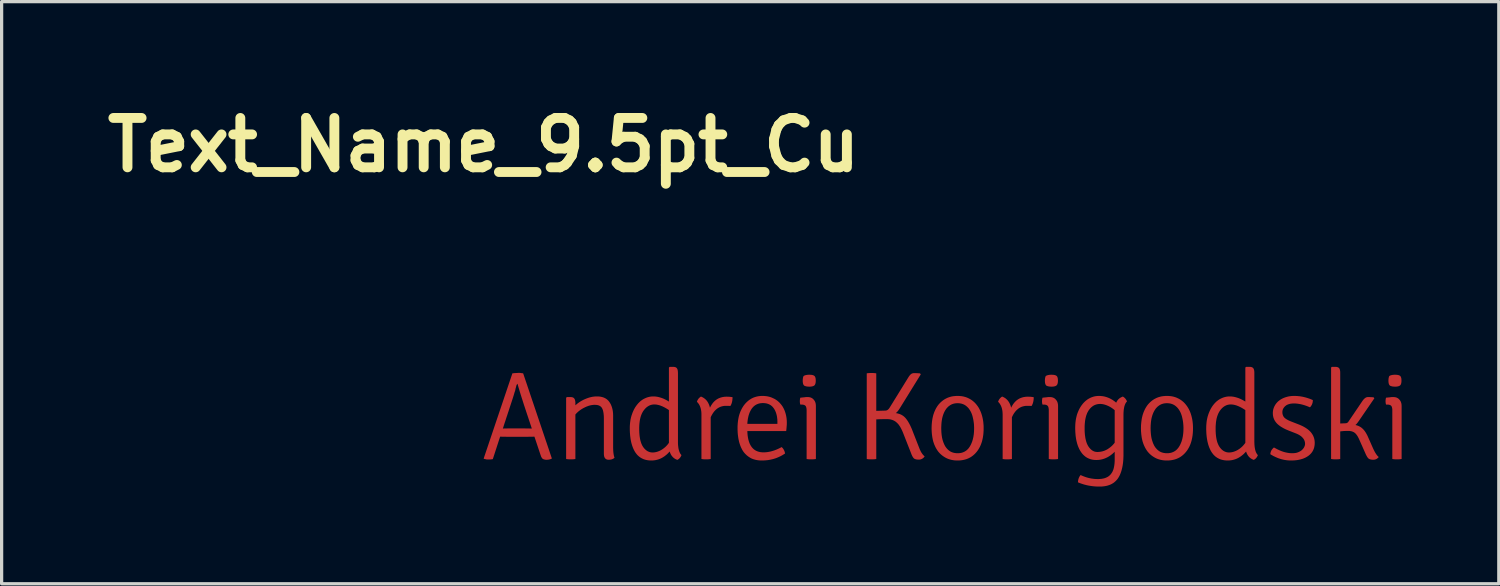
<source format=kicad_pcb>
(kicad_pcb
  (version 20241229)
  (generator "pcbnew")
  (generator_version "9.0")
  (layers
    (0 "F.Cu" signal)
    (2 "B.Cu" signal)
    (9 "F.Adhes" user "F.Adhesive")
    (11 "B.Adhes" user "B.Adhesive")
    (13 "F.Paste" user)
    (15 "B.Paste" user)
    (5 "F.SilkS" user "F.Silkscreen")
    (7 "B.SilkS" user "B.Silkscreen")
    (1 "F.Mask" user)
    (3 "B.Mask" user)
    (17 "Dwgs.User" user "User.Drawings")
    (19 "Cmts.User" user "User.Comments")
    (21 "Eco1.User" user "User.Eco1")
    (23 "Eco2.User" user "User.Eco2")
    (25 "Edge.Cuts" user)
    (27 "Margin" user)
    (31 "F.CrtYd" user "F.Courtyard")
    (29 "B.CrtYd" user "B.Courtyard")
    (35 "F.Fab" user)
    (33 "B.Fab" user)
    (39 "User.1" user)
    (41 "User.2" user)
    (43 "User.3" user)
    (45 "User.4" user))
  (footprint "Text_Name_9.5pt_Cu"
    (layer "F.Cu")
    (at 11.88 11.135)
    (property "Reference" "Text_Name_9.5pt_Cu" (at 0 -9.709 0) (layer "F.SilkS") (effects (font (size 1.524 1.524) (thickness 0.305))))
    (attr smd)
    (fp_poly (pts (xy 9.877 -2.578) (xy 9.891 -2.586) (xy 9.907 -2.594) (xy 9.924 -2.6) (xy 9.942 -2.605) (xy 9.962 -2.609) (xy 9.983 -2.613) (xy 10.006 -2.615) (xy 10.03 -2.617) (xy 10.055 -2.617) (xy 10.082 -2.616) (xy 10.106 -2.615) (xy 10.129 -2.612) (xy 10.15 -2.608) (xy 10.168 -2.603) (xy 10.184 -2.597) (xy 10.198 -2.59) (xy 10.209 -2.582) (xy 10.219 -2.572) (xy 10.228 -2.56) (xy 10.235 -2.545) (xy 10.241 -2.528) (xy 10.246 -2.508) (xy 10.249 -2.486) (xy 10.251 -2.462) (xy 10.252 -2.435) (xy 10.251 -2.408) (xy 10.249 -2.384) (xy 10.246 -2.361) (xy 10.24 -2.341) (xy 10.234 -2.324) (xy 10.226 -2.308) (xy 10.217 -2.295) (xy 10.206 -2.284) (xy 10.191 -2.275) (xy 10.174 -2.267) (xy 10.155 -2.261) (xy 10.134 -2.256) (xy 10.11 -2.252) (xy 10.083 -2.25) (xy 10.055 -2.249) (xy 10.029 -2.25) (xy 10.004 -2.252) (xy 9.981 -2.254) (xy 9.96 -2.258) (xy 9.94 -2.263) (xy 9.921 -2.269) (xy 9.904 -2.276) (xy 9.892 -2.284) (xy 9.882 -2.295) (xy 9.874 -2.308) (xy 9.866 -2.323) (xy 9.86 -2.341) (xy 9.856 -2.361) (xy 9.852 -2.383) (xy 9.85 -2.408) (xy 9.85 -2.435) (xy 9.85 -2.46) (xy 9.852 -2.483) (xy 9.855 -2.505) (xy 9.858 -2.525) (xy 9.863 -2.544) (xy 9.869 -2.562) (xy 9.877 -2.578) (xy 9.877 -2.578)) (stroke (width 0) (type solid)) (fill yes) (layer "F.Cu"))
    (fp_poly (pts (xy 17.352 -2.578) (xy 17.367 -2.586) (xy 17.383 -2.594) (xy 17.4 -2.6) (xy 17.418 -2.605) (xy 17.438 -2.609) (xy 17.459 -2.613) (xy 17.482 -2.615) (xy 17.505 -2.617) (xy 17.53 -2.617) (xy 17.557 -2.616) (xy 17.582 -2.615) (xy 17.605 -2.612) (xy 17.625 -2.608) (xy 17.644 -2.603) (xy 17.66 -2.597) (xy 17.674 -2.59) (xy 17.685 -2.582) (xy 17.695 -2.572) (xy 17.704 -2.56) (xy 17.711 -2.545) (xy 17.717 -2.528) (xy 17.722 -2.508) (xy 17.725 -2.486) (xy 17.727 -2.462) (xy 17.728 -2.435) (xy 17.727 -2.408) (xy 17.725 -2.384) (xy 17.721 -2.361) (xy 17.716 -2.341) (xy 17.71 -2.324) (xy 17.702 -2.308) (xy 17.692 -2.295) (xy 17.681 -2.284) (xy 17.667 -2.275) (xy 17.65 -2.267) (xy 17.631 -2.261) (xy 17.609 -2.256) (xy 17.585 -2.252) (xy 17.559 -2.25) (xy 17.53 -2.249) (xy 17.505 -2.25) (xy 17.48 -2.252) (xy 17.457 -2.254) (xy 17.436 -2.258) (xy 17.416 -2.263) (xy 17.397 -2.269) (xy 17.379 -2.276) (xy 17.368 -2.284) (xy 17.358 -2.295) (xy 17.349 -2.308) (xy 17.342 -2.323) (xy 17.336 -2.341) (xy 17.331 -2.361) (xy 17.328 -2.383) (xy 17.326 -2.408) (xy 17.325 -2.435) (xy 17.326 -2.46) (xy 17.328 -2.483) (xy 17.33 -2.505) (xy 17.334 -2.525) (xy 17.339 -2.544) (xy 17.345 -2.562) (xy 17.352 -2.578) (xy 17.352 -2.578)) (stroke (width 0) (type solid)) (fill yes) (layer "F.Cu"))
    (fp_poly (pts (xy 10.256 -1.649) (xy 10.256 -0.016) (xy 10.239 -0.013) (xy 10.221 -0.011) (xy 10.201 -0.008) (xy 10.181 -0.007) (xy 10.159 -0.006) (xy 10.137 -0.005) (xy 10.113 -0.005) (xy 10.089 -0.005) (xy 10.066 -0.006) (xy 10.045 -0.007) (xy 10.024 -0.008) (xy 10.005 -0.011) (xy 9.987 -0.013) (xy 9.97 -0.016) (xy 9.97 -1.51) (xy 9.969 -1.54) (xy 9.967 -1.566) (xy 9.963 -1.59) (xy 9.958 -1.611) (xy 9.952 -1.629) (xy 9.944 -1.645) (xy 9.935 -1.657) (xy 9.922 -1.669) (xy 9.905 -1.679) (xy 9.886 -1.686) (xy 9.864 -1.692) (xy 9.839 -1.695) (xy 9.811 -1.696) (xy 9.776 -1.696) (xy 9.77 -1.714) (xy 9.766 -1.733) (xy 9.763 -1.754) (xy 9.761 -1.776) (xy 9.761 -1.8) (xy 9.761 -1.825) (xy 9.763 -1.847) (xy 9.766 -1.869) (xy 9.77 -1.89) (xy 9.776 -1.909) (xy 9.8 -1.911) (xy 9.822 -1.913) (xy 9.843 -1.916) (xy 9.862 -1.917) (xy 9.88 -1.919) (xy 9.896 -1.92) (xy 9.918 -1.924) (xy 9.938 -1.926) (xy 9.955 -1.928) (xy 9.97 -1.928) (xy 10.001 -1.928) (xy 10.024 -1.927) (xy 10.046 -1.925) (xy 10.068 -1.921) (xy 10.088 -1.916) (xy 10.107 -1.909) (xy 10.125 -1.9) (xy 10.142 -1.89) (xy 10.158 -1.879) (xy 10.173 -1.865) (xy 10.186 -1.851) (xy 10.2 -1.835) (xy 10.211 -1.819) (xy 10.222 -1.802) (xy 10.231 -1.783) (xy 10.239 -1.764) (xy 10.245 -1.743) (xy 10.25 -1.721) (xy 10.253 -1.698) (xy 10.255 -1.674) (xy 10.256 -1.649) (xy 10.256 -1.649)) (stroke (width 0) (type solid)) (fill yes) (layer "F.Cu"))
    (fp_poly (pts (xy 17.732 -1.649) (xy 17.732 -0.016) (xy 17.715 -0.013) (xy 17.696 -0.011) (xy 17.677 -0.008) (xy 17.656 -0.007) (xy 17.635 -0.006) (xy 17.612 -0.005) (xy 17.588 -0.005) (xy 17.565 -0.005) (xy 17.542 -0.006) (xy 17.52 -0.007) (xy 17.5 -0.008) (xy 17.481 -0.011) (xy 17.462 -0.013) (xy 17.445 -0.016) (xy 17.445 -1.51) (xy 17.445 -1.54) (xy 17.442 -1.566) (xy 17.439 -1.59) (xy 17.434 -1.611) (xy 17.428 -1.629) (xy 17.42 -1.645) (xy 17.41 -1.657) (xy 17.397 -1.669) (xy 17.381 -1.679) (xy 17.362 -1.686) (xy 17.34 -1.692) (xy 17.315 -1.695) (xy 17.287 -1.696) (xy 17.252 -1.696) (xy 17.246 -1.714) (xy 17.242 -1.733) (xy 17.239 -1.754) (xy 17.237 -1.776) (xy 17.236 -1.8) (xy 17.237 -1.825) (xy 17.239 -1.847) (xy 17.242 -1.869) (xy 17.246 -1.89) (xy 17.252 -1.909) (xy 17.276 -1.911) (xy 17.298 -1.913) (xy 17.319 -1.916) (xy 17.338 -1.917) (xy 17.356 -1.919) (xy 17.372 -1.92) (xy 17.394 -1.924) (xy 17.413 -1.926) (xy 17.431 -1.928) (xy 17.445 -1.928) (xy 17.476 -1.928) (xy 17.5 -1.927) (xy 17.522 -1.925) (xy 17.543 -1.921) (xy 17.564 -1.916) (xy 17.583 -1.909) (xy 17.601 -1.9) (xy 17.618 -1.89) (xy 17.634 -1.879) (xy 17.648 -1.865) (xy 17.662 -1.851) (xy 17.675 -1.835) (xy 17.687 -1.819) (xy 17.698 -1.802) (xy 17.707 -1.783) (xy 17.714 -1.764) (xy 17.721 -1.743) (xy 17.725 -1.721) (xy 17.729 -1.698) (xy 17.731 -1.674) (xy 17.732 -1.649) (xy 17.732 -1.649)) (stroke (width 0) (type solid)) (fill yes) (layer "F.Cu"))
    (fp_poly (pts (xy 28.337 -1.649) (xy 28.337 -0.016) (xy 28.32 -0.013) (xy 28.301 -0.011) (xy 28.282 -0.008) (xy 28.262 -0.007) (xy 28.24 -0.006) (xy 28.217 -0.005) (xy 28.194 -0.005) (xy 28.17 -0.005) (xy 28.147 -0.006) (xy 28.126 -0.007) (xy 28.105 -0.008) (xy 28.086 -0.011) (xy 28.068 -0.013) (xy 28.05 -0.016) (xy 28.05 -1.51) (xy 28.05 -1.54) (xy 28.048 -1.566) (xy 28.044 -1.59) (xy 28.039 -1.611) (xy 28.033 -1.629) (xy 28.025 -1.645) (xy 28.016 -1.657) (xy 28.002 -1.669) (xy 27.986 -1.679) (xy 27.967 -1.686) (xy 27.945 -1.692) (xy 27.92 -1.695) (xy 27.892 -1.696) (xy 27.857 -1.696) (xy 27.851 -1.714) (xy 27.847 -1.733) (xy 27.844 -1.754) (xy 27.842 -1.776) (xy 27.841 -1.8) (xy 27.842 -1.825) (xy 27.844 -1.847) (xy 27.931 -2.46) (xy 27.933 -2.483) (xy 27.935 -2.505) (xy 27.939 -2.525) (xy 27.944 -2.544) (xy 27.95 -2.562) (xy 27.958 -2.578) (xy 27.958 -2.578) (xy 27.972 -2.586) (xy 27.988 -2.594) (xy 28.005 -2.6) (xy 28.023 -2.605) (xy 28.043 -2.609) (xy 28.064 -2.613) (xy 28.087 -2.615) (xy 28.11 -2.617) (xy 28.136 -2.617) (xy 28.163 -2.616) (xy 28.187 -2.615) (xy 28.21 -2.612) (xy 28.23 -2.608) (xy 28.249 -2.603) (xy 28.265 -2.597) (xy 28.279 -2.59) (xy 28.29 -2.582) (xy 28.3 -2.572) (xy 28.309 -2.56) (xy 28.316 -2.545) (xy 28.322 -2.528) (xy 28.327 -2.508) (xy 28.33 -2.486) (xy 28.332 -2.462) (xy 28.333 -2.435) (xy 28.332 -2.408) (xy 28.33 -2.384) (xy 28.326 -2.361) (xy 28.321 -2.341) (xy 28.315 -2.324) (xy 28.307 -2.308) (xy 28.297 -2.295) (xy 28.286 -2.284) (xy 28.272 -2.275) (xy 28.255 -2.267) (xy 28.236 -2.261) (xy 28.214 -2.256) (xy 28.191 -2.252) (xy 28.164 -2.25) (xy 28.136 -2.249) (xy 28.11 -2.25) (xy 28.085 -2.252) (xy 28.062 -2.254) (xy 28.041 -2.258) (xy 28.021 -2.263) (xy 28.002 -2.269) (xy 27.985 -2.276) (xy 27.973 -2.285) (xy 27.963 -2.295) (xy 27.955 -2.308) (xy 27.947 -2.323) (xy 27.941 -2.341) (xy 27.936 -2.361) (xy 27.933 -2.383) (xy 27.931 -2.408) (xy 27.93 -2.435) (xy 27.931 -2.46) (xy 27.844 -1.847) (xy 27.847 -1.869) (xy 27.851 -1.89) (xy 27.857 -1.909) (xy 27.881 -1.911) (xy 27.903 -1.913) (xy 27.924 -1.916) (xy 27.943 -1.917) (xy 27.961 -1.919) (xy 27.977 -1.92) (xy 27.999 -1.924) (xy 28.018 -1.926) (xy 28.036 -1.928) (xy 28.05 -1.928) (xy 28.081 -1.928) (xy 28.105 -1.927) (xy 28.127 -1.925) (xy 28.148 -1.921) (xy 28.169 -1.916) (xy 28.188 -1.909) (xy 28.206 -1.9) (xy 28.223 -1.89) (xy 28.239 -1.879) (xy 28.253 -1.865) (xy 28.267 -1.851) (xy 28.28 -1.835) (xy 28.292 -1.819) (xy 28.303 -1.802) (xy 28.312 -1.783) (xy 28.319 -1.764) (xy 28.326 -1.743) (xy 28.331 -1.721) (xy 28.334 -1.698) (xy 28.336 -1.674) (xy 28.337 -1.649) (xy 28.337 -1.649)) (stroke (width 0) (type solid)) (fill yes) (layer "F.Cu"))
    (fp_poly (pts (xy 6.584 -1.781) (xy 6.59 -1.801) (xy 6.597 -1.82) (xy 6.606 -1.838) (xy 6.617 -1.855) (xy 6.628 -1.872) (xy 6.641 -1.888) (xy 6.656 -1.903) (xy 6.672 -1.917) (xy 6.689 -1.931) (xy 6.708 -1.944) (xy 6.727 -1.936) (xy 6.746 -1.927) (xy 6.764 -1.918) (xy 6.781 -1.908) (xy 6.798 -1.897) (xy 6.814 -1.886) (xy 6.83 -1.873) (xy 6.845 -1.86) (xy 6.859 -1.847) (xy 6.873 -1.832) (xy 6.886 -1.817) (xy 6.898 -1.801) (xy 6.91 -1.784) (xy 6.921 -1.766) (xy 6.931 -1.748) (xy 6.941 -1.729) (xy 6.95 -1.709) (xy 6.959 -1.689) (xy 6.966 -1.668) (xy 6.974 -1.645) (xy 6.98 -1.623) (xy 6.986 -1.599) (xy 6.996 -1.62) (xy 7.007 -1.64) (xy 7.018 -1.66) (xy 7.029 -1.679) (xy 7.041 -1.697) (xy 7.053 -1.715) (xy 7.065 -1.732) (xy 7.078 -1.748) (xy 7.091 -1.764) (xy 7.105 -1.779) (xy 7.119 -1.793) (xy 7.134 -1.807) (xy 7.148 -1.82) (xy 7.164 -1.832) (xy 7.179 -1.844) (xy 7.195 -1.855) (xy 7.212 -1.865) (xy 7.228 -1.875) (xy 7.246 -1.884) (xy 7.263 -1.892) (xy 7.281 -1.899) (xy 7.3 -1.906) (xy 7.318 -1.913) (xy 7.337 -1.918) (xy 7.357 -1.923) (xy 7.377 -1.928) (xy 7.397 -1.931) (xy 7.418 -1.934) (xy 7.439 -1.937) (xy 7.461 -1.938) (xy 7.483 -1.939) (xy 7.505 -1.94) (xy 7.525 -1.939) (xy 7.546 -1.939) (xy 7.568 -1.938) (xy 7.59 -1.936) (xy 7.613 -1.934) (xy 7.635 -1.931) (xy 7.659 -1.928) (xy 7.683 -1.924) (xy 7.683 -1.899) (xy 7.681 -1.875) (xy 7.679 -1.851) (xy 7.677 -1.828) (xy 7.673 -1.805) (xy 7.669 -1.784) (xy 7.664 -1.763) (xy 7.658 -1.743) (xy 7.651 -1.723) (xy 7.644 -1.705) (xy 7.636 -1.687) (xy 7.627 -1.67) (xy 7.617 -1.653) (xy 7.6 -1.655) (xy 7.581 -1.655) (xy 7.56 -1.656) (xy 7.536 -1.657) (xy 7.51 -1.657) (xy 7.482 -1.657) (xy 7.461 -1.657) (xy 7.441 -1.656) (xy 7.42 -1.654) (xy 7.401 -1.651) (xy 7.381 -1.647) (xy 7.362 -1.643) (xy 7.344 -1.638) (xy 7.325 -1.632) (xy 7.307 -1.626) (xy 7.29 -1.618) (xy 7.273 -1.61) (xy 7.256 -1.601) (xy 7.239 -1.591) (xy 7.223 -1.581) (xy 7.207 -1.569) (xy 7.191 -1.557) (xy 7.176 -1.544) (xy 7.161 -1.53) (xy 7.147 -1.516) (xy 7.132 -1.501) (xy 7.119 -1.485) (xy 7.105 -1.468) (xy 7.092 -1.45) (xy 7.079 -1.432) (xy 7.067 -1.413) (xy 7.055 -1.393) (xy 7.043 -1.372) (xy 7.031 -1.35) (xy 7.02 -1.328) (xy 7.009 -1.305) (xy 7.009 -0.016) (xy 6.992 -0.013) (xy 6.974 -0.011) (xy 6.955 -0.008) (xy 6.934 -0.007) (xy 6.913 -0.006) (xy 6.89 -0.005) (xy 6.866 -0.005) (xy 6.843 -0.005) (xy 6.82 -0.006) (xy 6.798 -0.007) (xy 6.778 -0.008) (xy 6.758 -0.011) (xy 6.74 -0.013) (xy 6.723 -0.016) (xy 6.723 -1.386) (xy 6.723 -1.412) (xy 6.722 -1.438) (xy 6.72 -1.462) (xy 6.718 -1.486) (xy 6.714 -1.51) (xy 6.711 -1.532) (xy 6.706 -1.554) (xy 6.701 -1.576) (xy 6.695 -1.596) (xy 6.688 -1.617) (xy 6.681 -1.636) (xy 6.673 -1.655) (xy 6.664 -1.673) (xy 6.655 -1.69) (xy 6.645 -1.707) (xy 6.634 -1.723) (xy 6.622 -1.739) (xy 6.61 -1.753) (xy 6.597 -1.768) (xy 6.584 -1.781) (xy 6.584 -1.781)) (stroke (width 0) (type solid)) (fill yes) (layer "F.Cu"))
    (fp_poly (pts (xy 15.881 -1.781) (xy 15.887 -1.801) (xy 15.895 -1.82) (xy 15.904 -1.838) (xy 15.914 -1.855) (xy 15.926 -1.872) (xy 15.939 -1.888) (xy 15.953 -1.903) (xy 15.969 -1.917) (xy 15.986 -1.931) (xy 16.005 -1.944) (xy 16.024 -1.936) (xy 16.043 -1.927) (xy 16.061 -1.918) (xy 16.079 -1.908) (xy 16.096 -1.897) (xy 16.112 -1.886) (xy 16.127 -1.873) (xy 16.142 -1.86) (xy 16.156 -1.847) (xy 16.17 -1.832) (xy 16.183 -1.817) (xy 16.195 -1.801) (xy 16.207 -1.784) (xy 16.218 -1.766) (xy 16.229 -1.748) (xy 16.238 -1.729) (xy 16.248 -1.709) (xy 16.256 -1.689) (xy 16.264 -1.668) (xy 16.271 -1.645) (xy 16.278 -1.623) (xy 16.284 -1.599) (xy 16.294 -1.62) (xy 16.304 -1.64) (xy 16.315 -1.66) (xy 16.327 -1.679) (xy 16.338 -1.697) (xy 16.35 -1.715) (xy 16.363 -1.732) (xy 16.376 -1.748) (xy 16.389 -1.764) (xy 16.403 -1.779) (xy 16.417 -1.793) (xy 16.431 -1.807) (xy 16.446 -1.82) (xy 16.461 -1.832) (xy 16.477 -1.844) (xy 16.493 -1.855) (xy 16.509 -1.865) (xy 16.526 -1.875) (xy 16.543 -1.884) (xy 16.561 -1.892) (xy 16.579 -1.899) (xy 16.597 -1.906) (xy 16.616 -1.913) (xy 16.635 -1.918) (xy 16.654 -1.923) (xy 16.674 -1.928) (xy 16.695 -1.931) (xy 16.715 -1.934) (xy 16.737 -1.937) (xy 16.758 -1.938) (xy 16.78 -1.939) (xy 16.802 -1.94) (xy 16.823 -1.939) (xy 16.844 -1.939) (xy 16.865 -1.938) (xy 16.887 -1.936) (xy 16.91 -1.934) (xy 16.933 -1.931) (xy 16.956 -1.928) (xy 16.98 -1.924) (xy 16.98 -1.899) (xy 16.979 -1.875) (xy 16.977 -1.851) (xy 16.974 -1.828) (xy 16.971 -1.805) (xy 16.966 -1.784) (xy 16.961 -1.763) (xy 16.955 -1.743) (xy 16.949 -1.723) (xy 16.941 -1.705) (xy 16.933 -1.687) (xy 16.924 -1.67) (xy 16.915 -1.653) (xy 16.898 -1.655) (xy 16.879 -1.655) (xy 16.857 -1.656) (xy 16.834 -1.657) (xy 16.808 -1.657) (xy 16.779 -1.657) (xy 16.758 -1.657) (xy 16.738 -1.656) (xy 16.718 -1.654) (xy 16.698 -1.651) (xy 16.679 -1.647) (xy 16.66 -1.643) (xy 16.641 -1.638) (xy 16.623 -1.632) (xy 16.605 -1.626) (xy 16.587 -1.618) (xy 16.57 -1.61) (xy 16.553 -1.601) (xy 16.536 -1.591) (xy 16.52 -1.581) (xy 16.504 -1.569) (xy 16.489 -1.557) (xy 16.474 -1.544) (xy 16.459 -1.53) (xy 16.444 -1.516) (xy 16.43 -1.501) (xy 16.416 -1.485) (xy 16.403 -1.468) (xy 16.389 -1.45) (xy 16.377 -1.432) (xy 16.364 -1.413) (xy 16.352 -1.393) (xy 16.34 -1.372) (xy 16.329 -1.35) (xy 16.318 -1.328) (xy 16.307 -1.305) (xy 16.307 -0.016) (xy 16.29 -0.013) (xy 16.272 -0.011) (xy 16.252 -0.008) (xy 16.232 -0.007) (xy 16.21 -0.006) (xy 16.187 -0.005) (xy 16.164 -0.005) (xy 16.14 -0.005) (xy 16.117 -0.006) (xy 16.096 -0.007) (xy 16.075 -0.008) (xy 16.056 -0.011) (xy 16.038 -0.013) (xy 16.021 -0.016) (xy 16.021 -1.386) (xy 16.02 -1.412) (xy 16.019 -1.438) (xy 16.017 -1.462) (xy 16.015 -1.486) (xy 16.012 -1.51) (xy 16.008 -1.532) (xy 16.003 -1.554) (xy 15.998 -1.576) (xy 15.992 -1.596) (xy 15.986 -1.617) (xy 15.978 -1.636) (xy 15.97 -1.655) (xy 15.962 -1.673) (xy 15.952 -1.69) (xy 15.942 -1.707) (xy 15.931 -1.723) (xy 15.92 -1.739) (xy 15.908 -1.753) (xy 15.895 -1.768) (xy 15.881 -1.781) (xy 15.881 -1.781)) (stroke (width 0) (type solid)) (fill yes) (layer "F.Cu"))
    (fp_poly (pts (xy 27.294 -0.709) (xy 27.445 -0.368) (xy 27.457 -0.341) (xy 27.47 -0.314) (xy 27.482 -0.289) (xy 27.494 -0.265) (xy 27.506 -0.242) (xy 27.518 -0.221) (xy 27.53 -0.2) (xy 27.542 -0.182) (xy 27.553 -0.164) (xy 27.565 -0.148) (xy 27.576 -0.133) (xy 27.587 -0.12) (xy 27.598 -0.107) (xy 27.609 -0.096) (xy 27.62 -0.087) (xy 27.631 -0.078) (xy 27.618 -0.062) (xy 27.604 -0.048) (xy 27.589 -0.035) (xy 27.574 -0.024) (xy 27.557 -0.014) (xy 27.54 -0.007) (xy 27.521 -0.001) (xy 27.502 0.004) (xy 27.482 0.006) (xy 27.46 0.007) (xy 27.434 0.006) (xy 27.41 0.004) (xy 27.388 0.000433) (xy 27.367 -0.005) (xy 27.349 -0.011) (xy 27.333 -0.019) (xy 27.318 -0.029) (xy 27.306 -0.039) (xy 27.295 -0.052) (xy 27.284 -0.067) (xy 27.273 -0.083) (xy 27.262 -0.101) (xy 27.251 -0.122) (xy 27.239 -0.144) (xy 27.228 -0.168) (xy 27.217 -0.194) (xy 27.038 -0.597) (xy 27.026 -0.624) (xy 27.014 -0.65) (xy 27.001 -0.675) (xy 26.989 -0.698) (xy 26.977 -0.719) (xy 26.964 -0.739) (xy 26.951 -0.757) (xy 26.939 -0.774) (xy 26.926 -0.789) (xy 26.913 -0.803) (xy 26.9 -0.815) (xy 26.888 -0.825) (xy 26.872 -0.836) (xy 26.855 -0.846) (xy 26.837 -0.855) (xy 26.818 -0.862) (xy 26.798 -0.869) (xy 26.777 -0.874) (xy 26.755 -0.878) (xy 26.731 -0.881) (xy 26.707 -0.883) (xy 26.682 -0.883) (xy 26.659 -0.883) (xy 26.636 -0.883) (xy 26.614 -0.882) (xy 26.592 -0.881) (xy 26.57 -0.88) (xy 26.548 -0.879) (xy 26.526 -0.877) (xy 26.505 -0.875) (xy 26.484 -0.873) (xy 26.463 -0.87) (xy 26.442 -0.868) (xy 26.442 -0.016) (xy 26.425 -0.013) (xy 26.407 -0.011) (xy 26.388 -0.008) (xy 26.367 -0.007) (xy 26.346 -0.006) (xy 26.323 -0.005) (xy 26.299 -0.005) (xy 26.273 -0.005) (xy 26.248 -0.006) (xy 26.224 -0.008) (xy 26.201 -0.01) (xy 26.18 -0.013) (xy 26.16 -0.016) (xy 26.16 -2.838) (xy 26.183 -2.861) (xy 26.288 -2.861) (xy 26.313 -2.86) (xy 26.336 -2.857) (xy 26.356 -2.852) (xy 26.374 -2.846) (xy 26.389 -2.837) (xy 26.401 -2.827) (xy 26.412 -2.814) (xy 26.42 -2.801) (xy 26.427 -2.785) (xy 26.432 -2.767) (xy 26.437 -2.745) (xy 26.44 -2.722) (xy 26.442 -2.696) (xy 26.442 -2.667) (xy 26.442 -1.112) (xy 26.609 -1.119) (xy 26.626 -1.121) (xy 26.643 -1.125) (xy 26.658 -1.133) (xy 26.673 -1.143) (xy 26.686 -1.157) (xy 26.698 -1.173) (xy 27.112 -1.785) (xy 27.126 -1.806) (xy 27.14 -1.825) (xy 27.154 -1.843) (xy 27.167 -1.858) (xy 27.18 -1.872) (xy 27.193 -1.883) (xy 27.205 -1.893) (xy 27.223 -1.906) (xy 27.241 -1.916) (xy 27.262 -1.923) (xy 27.283 -1.927) (xy 27.306 -1.928) (xy 27.321 -1.928) (xy 27.338 -1.928) (xy 27.356 -1.927) (xy 27.376 -1.926) (xy 27.398 -1.925) (xy 27.421 -1.924) (xy 27.446 -1.922) (xy 27.472 -1.92) (xy 27.495 -1.889) (xy 27.004 -1.173) (xy 26.989 -1.153) (xy 26.976 -1.135) (xy 26.962 -1.118) (xy 26.949 -1.102) (xy 26.936 -1.088) (xy 26.923 -1.076) (xy 26.911 -1.065) (xy 26.934 -1.06) (xy 26.957 -1.053) (xy 26.979 -1.046) (xy 27.001 -1.038) (xy 27.022 -1.028) (xy 27.042 -1.018) (xy 27.061 -1.007) (xy 27.08 -0.995) (xy 27.098 -0.982) (xy 27.115 -0.968) (xy 27.131 -0.953) (xy 27.145 -0.94) (xy 27.158 -0.926) (xy 27.172 -0.911) (xy 27.185 -0.895) (xy 27.198 -0.878) (xy 27.21 -0.86) (xy 27.223 -0.842) (xy 27.235 -0.822) (xy 27.247 -0.801) (xy 27.259 -0.78) (xy 27.271 -0.757) (xy 27.283 -0.734) (xy 27.294 -0.709) (xy 27.294 -0.709)) (stroke (width 0) (type solid)) (fill yes) (layer "F.Cu"))
    (fp_poly (pts (xy 13.614 -0.098) (xy 13.601 -0.08) (xy 13.588 -0.064) (xy 13.574 -0.05) (xy 13.559 -0.038) (xy 13.543 -0.027) (xy 13.527 -0.018) (xy 13.509 -0.01) (xy 13.491 -0.004) (xy 13.472 -0.000233) (xy 13.452 0.002) (xy 13.432 0.003) (xy 13.405 0.002) (xy 13.38 0.000433) (xy 13.357 -0.003) (xy 13.337 -0.008) (xy 13.319 -0.014) (xy 13.302 -0.021) (xy 13.289 -0.03) (xy 13.277 -0.039) (xy 13.266 -0.052) (xy 13.256 -0.066) (xy 13.245 -0.082) (xy 13.235 -0.1) (xy 13.225 -0.12) (xy 13.215 -0.142) (xy 13.205 -0.165) (xy 13.196 -0.19) (xy 12.948 -0.821) (xy 12.937 -0.847) (xy 12.927 -0.872) (xy 12.916 -0.896) (xy 12.905 -0.919) (xy 12.894 -0.941) (xy 12.883 -0.963) (xy 12.872 -0.983) (xy 12.861 -1.003) (xy 12.849 -1.022) (xy 12.837 -1.039) (xy 12.826 -1.056) (xy 12.814 -1.072) (xy 12.802 -1.088) (xy 12.789 -1.102) (xy 12.777 -1.115) (xy 12.764 -1.128) (xy 12.752 -1.139) (xy 12.739 -1.15) (xy 12.723 -1.164) (xy 12.706 -1.176) (xy 12.688 -1.187) (xy 12.67 -1.198) (xy 12.651 -1.207) (xy 12.631 -1.215) (xy 12.611 -1.223) (xy 12.59 -1.229) (xy 12.569 -1.235) (xy 12.547 -1.239) (xy 12.524 -1.243) (xy 12.501 -1.245) (xy 12.477 -1.246) (xy 12.452 -1.247) (xy 12.43 -1.247) (xy 12.407 -1.247) (xy 12.385 -1.247) (xy 12.362 -1.246) (xy 12.34 -1.246) (xy 12.317 -1.246) (xy 12.295 -1.245) (xy 12.273 -1.245) (xy 12.251 -1.244) (xy 12.229 -1.244) (xy 12.207 -1.243) (xy 12.185 -1.242) (xy 12.163 -1.241) (xy 12.141 -1.24) (xy 12.12 -1.239) (xy 12.12 -0.016) (xy 12.102 -0.013) (xy 12.084 -0.011) (xy 12.064 -0.008) (xy 12.043 -0.007) (xy 12.021 -0.006) (xy 11.997 -0.005) (xy 11.973 -0.005) (xy 11.948 -0.005) (xy 11.924 -0.006) (xy 11.902 -0.007) (xy 11.881 -0.008) (xy 11.861 -0.011) (xy 11.843 -0.013) (xy 11.826 -0.016) (xy 11.826 -2.66) (xy 11.843 -2.663) (xy 11.861 -2.665) (xy 11.881 -2.667) (xy 11.902 -2.669) (xy 11.924 -2.67) (xy 11.948 -2.671) (xy 11.973 -2.671) (xy 11.997 -2.671) (xy 12.021 -2.67) (xy 12.043 -2.669) (xy 12.064 -2.667) (xy 12.084 -2.665) (xy 12.102 -2.663) (xy 12.12 -2.66) (xy 12.12 -1.502) (xy 12.402 -1.51) (xy 12.42 -1.512) (xy 12.438 -1.516) (xy 12.455 -1.523) (xy 12.472 -1.533) (xy 12.488 -1.546) (xy 12.504 -1.562) (xy 12.519 -1.581) (xy 12.534 -1.603) (xy 13.103 -2.524) (xy 13.117 -2.546) (xy 13.13 -2.566) (xy 13.144 -2.585) (xy 13.156 -2.601) (xy 13.169 -2.615) (xy 13.18 -2.626) (xy 13.192 -2.636) (xy 13.208 -2.647) (xy 13.226 -2.656) (xy 13.246 -2.662) (xy 13.268 -2.666) (xy 13.292 -2.667) (xy 13.309 -2.667) (xy 13.327 -2.667) (xy 13.346 -2.666) (xy 13.368 -2.665) (xy 13.391 -2.664) (xy 13.416 -2.663) (xy 13.442 -2.661) (xy 13.47 -2.66) (xy 13.494 -2.629) (xy 12.843 -1.576) (xy 12.83 -1.556) (xy 12.817 -1.537) (xy 12.804 -1.519) (xy 12.791 -1.502) (xy 12.778 -1.486) (xy 12.764 -1.471) (xy 12.751 -1.457) (xy 12.737 -1.444) (xy 12.723 -1.433) (xy 12.748 -1.429) (xy 12.771 -1.424) (xy 12.794 -1.418) (xy 12.817 -1.412) (xy 12.838 -1.405) (xy 12.859 -1.397) (xy 12.879 -1.388) (xy 12.898 -1.379) (xy 12.917 -1.368) (xy 12.935 -1.357) (xy 12.952 -1.345) (xy 12.969 -1.332) (xy 12.984 -1.319) (xy 12.999 -1.305) (xy 13.014 -1.29) (xy 13.025 -1.277) (xy 13.037 -1.263) (xy 13.048 -1.249) (xy 13.06 -1.233) (xy 13.071 -1.217) (xy 13.083 -1.201) (xy 13.094 -1.183) (xy 13.106 -1.165) (xy 13.117 -1.145) (xy 13.129 -1.125) (xy 13.14 -1.105) (xy 13.151 -1.083) (xy 13.163 -1.061) (xy 13.174 -1.038) (xy 13.185 -1.014) (xy 13.196 -0.989) (xy 13.208 -0.964) (xy 13.219 -0.937) (xy 13.455 -0.334) (xy 13.465 -0.309) (xy 13.476 -0.286) (xy 13.487 -0.263) (xy 13.498 -0.242) (xy 13.509 -0.222) (xy 13.521 -0.203) (xy 13.534 -0.184) (xy 13.546 -0.167) (xy 13.559 -0.151) (xy 13.572 -0.136) (xy 13.586 -0.122) (xy 13.599 -0.109) (xy 13.614 -0.098) (xy 13.614 -0.098)) (stroke (width 0) (type solid)) (fill yes) (layer "F.Cu"))
    (fp_poly (pts (xy 3.997 -1.344) (xy 3.997 -0.384) (xy 3.997 -0.355) (xy 3.998 -0.327) (xy 3.999 -0.3) (xy 4 -0.274) (xy 4.002 -0.249) (xy 4.004 -0.225) (xy 4.007 -0.202) (xy 4.009 -0.181) (xy 4.013 -0.16) (xy 4.016 -0.14) (xy 4.02 -0.121) (xy 4.025 -0.103) (xy 4.029 -0.086) (xy 4.034 -0.07) (xy 4.04 -0.055) (xy 4.025 -0.042) (xy 4.009 -0.03) (xy 3.992 -0.021) (xy 3.973 -0.012) (xy 3.953 -0.005) (xy 3.932 0.000083) (xy 3.908 0.004) (xy 3.884 0.006) (xy 3.858 0.007) (xy 3.839 0.006) (xy 3.821 0.004) (xy 3.805 -0.001) (xy 3.79 -0.007) (xy 3.776 -0.014) (xy 3.764 -0.023) (xy 3.753 -0.034) (xy 3.743 -0.047) (xy 3.734 -0.061) (xy 3.727 -0.077) (xy 3.721 -0.095) (xy 3.717 -0.114) (xy 3.714 -0.135) (xy 3.712 -0.158) (xy 3.711 -0.183) (xy 3.711 -1.255) (xy 3.711 -1.286) (xy 3.71 -1.315) (xy 3.709 -1.344) (xy 3.707 -1.371) (xy 3.704 -1.397) (xy 3.702 -1.421) (xy 3.698 -1.445) (xy 3.694 -1.467) (xy 3.69 -1.488) (xy 3.685 -1.508) (xy 3.68 -1.526) (xy 3.674 -1.543) (xy 3.667 -1.559) (xy 3.66 -1.574) (xy 3.653 -1.588) (xy 3.642 -1.604) (xy 3.631 -1.618) (xy 3.617 -1.632) (xy 3.603 -1.643) (xy 3.586 -1.654) (xy 3.569 -1.663) (xy 3.55 -1.671) (xy 3.529 -1.677) (xy 3.507 -1.682) (xy 3.484 -1.685) (xy 3.459 -1.687) (xy 3.432 -1.688) (xy 3.412 -1.688) (xy 3.391 -1.687) (xy 3.37 -1.685) (xy 3.349 -1.682) (xy 3.328 -1.679) (xy 3.307 -1.675) (xy 3.285 -1.67) (xy 3.264 -1.664) (xy 3.242 -1.658) (xy 3.221 -1.65) (xy 3.199 -1.642) (xy 3.177 -1.634) (xy 3.155 -1.624) (xy 3.133 -1.614) (xy 3.111 -1.603) (xy 3.09 -1.593) (xy 3.07 -1.582) (xy 3.051 -1.571) (xy 3.031 -1.559) (xy 3.012 -1.547) (xy 2.994 -1.535) (xy 2.976 -1.522) (xy 2.958 -1.509) (xy 2.941 -1.496) (xy 2.924 -1.482) (xy 2.908 -1.467) (xy 2.892 -1.453) (xy 2.876 -1.438) (xy 2.861 -1.422) (xy 2.847 -1.406) (xy 2.832 -1.39) (xy 2.832 -0.016) (xy 2.815 -0.013) (xy 2.797 -0.011) (xy 2.778 -0.008) (xy 2.757 -0.007) (xy 2.736 -0.006) (xy 2.713 -0.005) (xy 2.689 -0.005) (xy 2.665 -0.005) (xy 2.643 -0.006) (xy 2.621 -0.007) (xy 2.601 -0.008) (xy 2.581 -0.011) (xy 2.563 -0.013) (xy 2.546 -0.016) (xy 2.546 -1.905) (xy 2.569 -1.928) (xy 2.678 -1.928) (xy 2.703 -1.927) (xy 2.726 -1.924) (xy 2.746 -1.919) (xy 2.764 -1.912) (xy 2.779 -1.902) (xy 2.791 -1.891) (xy 2.801 -1.878) (xy 2.81 -1.863) (xy 2.817 -1.847) (xy 2.822 -1.827) (xy 2.827 -1.806) (xy 2.83 -1.782) (xy 2.832 -1.756) (xy 2.832 -1.727) (xy 2.832 -1.673) (xy 2.849 -1.688) (xy 2.866 -1.703) (xy 2.883 -1.717) (xy 2.901 -1.731) (xy 2.919 -1.745) (xy 2.938 -1.758) (xy 2.956 -1.771) (xy 2.976 -1.784) (xy 2.995 -1.796) (xy 3.015 -1.808) (xy 3.035 -1.819) (xy 3.056 -1.83) (xy 3.077 -1.841) (xy 3.098 -1.851) (xy 3.12 -1.861) (xy 3.142 -1.87) (xy 3.164 -1.879) (xy 3.187 -1.888) (xy 3.209 -1.896) (xy 3.231 -1.904) (xy 3.253 -1.911) (xy 3.276 -1.917) (xy 3.298 -1.923) (xy 3.32 -1.928) (xy 3.342 -1.933) (xy 3.365 -1.937) (xy 3.387 -1.94) (xy 3.409 -1.943) (xy 3.431 -1.945) (xy 3.454 -1.946) (xy 3.476 -1.947) (xy 3.498 -1.947) (xy 3.524 -1.947) (xy 3.549 -1.946) (xy 3.573 -1.944) (xy 3.596 -1.941) (xy 3.619 -1.937) (xy 3.641 -1.932) (xy 3.662 -1.927) (xy 3.683 -1.921) (xy 3.703 -1.914) (xy 3.723 -1.906) (xy 3.741 -1.897) (xy 3.759 -1.888) (xy 3.776 -1.877) (xy 3.793 -1.866) (xy 3.809 -1.854) (xy 3.824 -1.841) (xy 3.838 -1.827) (xy 3.852 -1.813) (xy 3.865 -1.797) (xy 3.877 -1.781) (xy 3.888 -1.765) (xy 3.899 -1.748) (xy 3.909 -1.731) (xy 3.919 -1.714) (xy 3.928 -1.696) (xy 3.936 -1.677) (xy 3.944 -1.658) (xy 3.951 -1.639) (xy 3.958 -1.619) (xy 3.964 -1.599) (xy 3.97 -1.578) (xy 3.975 -1.557) (xy 3.98 -1.535) (xy 3.984 -1.513) (xy 3.988 -1.49) (xy 3.99 -1.467) (xy 3.993 -1.443) (xy 3.995 -1.419) (xy 3.996 -1.394) (xy 3.997 -1.369) (xy 3.997 -1.344) (xy 3.997 -1.344)) (stroke (width 0) (type solid)) (fill yes) (layer "F.Cu"))
    (fp_poly (pts (xy 1.111 -2.674) (xy 1.046 -2.338) (xy 1.05 -2.323) (xy 1.054 -2.306) (xy 1.059 -2.289) (xy 1.064 -2.27) (xy 1.07 -2.251) (xy 1.075 -2.231) (xy 1.082 -2.21) (xy 1.088 -2.188) (xy 1.095 -2.166) (xy 1.102 -2.142) (xy 1.109 -2.118) (xy 1.116 -2.094) (xy 1.124 -2.069) (xy 1.132 -2.043) (xy 1.14 -2.016) (xy 1.147 -1.995) (xy 1.153 -1.975) (xy 1.16 -1.954) (xy 1.166 -1.933) (xy 1.173 -1.912) (xy 1.179 -1.892) (xy 1.186 -1.871) (xy 1.193 -1.85) (xy 1.199 -1.83) (xy 1.206 -1.809) (xy 1.212 -1.789) (xy 1.218 -1.77) (xy 1.224 -1.752) (xy 1.23 -1.733) (xy 1.236 -1.714) (xy 1.243 -1.692) (xy 1.254 -1.658) (xy 1.261 -1.637) (xy 1.269 -1.615) (xy 1.276 -1.593) (xy 1.283 -1.571) (xy 1.29 -1.549) (xy 1.298 -1.527) (xy 1.305 -1.505) (xy 1.312 -1.483) (xy 1.319 -1.461) (xy 1.327 -1.439) (xy 1.334 -1.417) (xy 1.341 -1.395) (xy 1.349 -1.373) (xy 1.356 -1.351) (xy 1.363 -1.33) (xy 1.371 -1.308) (xy 1.378 -1.286) (xy 1.385 -1.264) (xy 1.392 -1.242) (xy 1.4 -1.22) (xy 1.407 -1.198) (xy 1.414 -1.176) (xy 1.422 -1.154) (xy 1.429 -1.132) (xy 1.436 -1.11) (xy 1.443 -1.088) (xy 1.451 -1.066) (xy 1.458 -1.045) (xy 1.465 -1.023) (xy 1.472 -1.001) (xy 1.48 -0.979) (xy 1.487 -0.957) (xy 1.466 -0.957) (xy 1.445 -0.957) (xy 1.424 -0.957) (xy 1.403 -0.958) (xy 1.382 -0.958) (xy 1.361 -0.958) (xy 1.34 -0.958) (xy 1.319 -0.958) (xy 1.294 -0.959) (xy 1.273 -0.96) (xy 1.262 -0.961) (xy 1.059 -0.961) (xy 1.04 -0.961) (xy 1.02 -0.961) (xy 0.817 -0.961) (xy 0.593 -0.957) (xy 0.6 -0.978) (xy 0.607 -1) (xy 0.614 -1.022) (xy 0.621 -1.044) (xy 0.628 -1.065) (xy 0.635 -1.087) (xy 0.642 -1.109) (xy 0.649 -1.131) (xy 0.656 -1.152) (xy 0.664 -1.174) (xy 0.671 -1.196) (xy 0.678 -1.217) (xy 0.685 -1.239) (xy 0.692 -1.261) (xy 0.699 -1.283) (xy 0.706 -1.304) (xy 0.713 -1.326) (xy 0.721 -1.348) (xy 0.728 -1.369) (xy 0.735 -1.391) (xy 0.742 -1.413) (xy 0.749 -1.435) (xy 0.756 -1.456) (xy 0.764 -1.478) (xy 0.771 -1.5) (xy 0.778 -1.521) (xy 0.785 -1.543) (xy 0.792 -1.565) (xy 0.895 -1.878) (xy 0.901 -1.897) (xy 0.908 -1.918) (xy 0.914 -1.939) (xy 0.921 -1.961) (xy 0.928 -1.983) (xy 0.935 -2.006) (xy 0.942 -2.03) (xy 0.949 -2.055) (xy 0.956 -2.08) (xy 0.963 -2.097) (xy 0.969 -2.115) (xy 0.975 -2.135) (xy 0.979 -2.154) (xy 0.983 -2.175) (xy 0.987 -2.195) (xy 0.993 -2.214) (xy 0.998 -2.233) (xy 1.003 -2.252) (xy 1.008 -2.271) (xy 1.013 -2.291) (xy 1.022 -2.309) (xy 1.033 -2.325) (xy 1.046 -2.338) (xy 1.046 -2.338) (xy 1.111 -2.674) (xy 1.091 -2.675) (xy 1.07 -2.674) (xy 1.05 -2.673) (xy 1.029 -2.671) (xy 1.008 -2.67) (xy 0.985 -2.669) (xy 0.963 -2.668) (xy 0.942 -2.666) (xy 0.922 -2.664) (xy 0.904 -2.662) (xy 0.887 -2.66) (xy 0.001 -0.032) (xy 0.008 -0.02) (xy 0.029 -0.016) (xy 0.049 -0.012) (xy 0.069 -0.007) (xy 0.09 -0.003) (xy 0.112 -0.001) (xy 0.135 -0.000402) (xy 0.158 -0.001) (xy 0.159 -0.001) (xy 0.183 -0.001) (xy 0.206 -0.002) (xy 0.227 -0.004) (xy 0.247 -0.006) (xy 0.266 -0.009) (xy 0.283 -0.012) (xy 0.508 -0.705) (xy 0.778 -0.701) (xy 0.994 -0.701) (xy 1.016 -0.701) (xy 1.038 -0.701) (xy 1.06 -0.701) (xy 1.082 -0.701) (xy 1.297 -0.701) (xy 1.568 -0.705) (xy 1.754 -0.148) (xy 1.759 -0.133) (xy 1.765 -0.12) (xy 1.77 -0.103) (xy 1.776 -0.087) (xy 1.78 -0.079) (xy 1.793 -0.057) (xy 1.806 -0.038) (xy 1.82 -0.024) (xy 1.835 -0.014) (xy 1.853 -0.007) (xy 1.875 -0.001) (xy 1.893 0.004) (xy 1.912 0.007) (xy 1.932 0.008) (xy 1.952 0.008) (xy 1.972 0.007) (xy 1.992 0.005) (xy 2.006 0.003) (xy 2.019 0.000315) (xy 2.043 -0.005) (xy 2.066 -0.012) (xy 2.086 -0.021) (xy 2.106 -0.032) (xy 2.098 -0.054) (xy 2.091 -0.076) (xy 2.083 -0.099) (xy 2.076 -0.121) (xy 2.068 -0.143) (xy 2.061 -0.166) (xy 2.053 -0.188) (xy 2.046 -0.21) (xy 2.038 -0.232) (xy 2.031 -0.255) (xy 2.023 -0.277) (xy 2.016 -0.299) (xy 2.008 -0.322) (xy 2.001 -0.344) (xy 1.993 -0.366) (xy 1.986 -0.388) (xy 1.978 -0.411) (xy 1.971 -0.433) (xy 1.963 -0.455) (xy 1.956 -0.478) (xy 1.948 -0.5) (xy 1.941 -0.522) (xy 1.933 -0.545) (xy 1.925 -0.567) (xy 1.918 -0.589) (xy 1.91 -0.611) (xy 1.903 -0.634) (xy 1.895 -0.656) (xy 1.888 -0.678) (xy 1.88 -0.701) (xy 1.873 -0.723) (xy 1.865 -0.745) (xy 1.858 -0.767) (xy 1.85 -0.79) (xy 1.843 -0.812) (xy 1.835 -0.834) (xy 1.828 -0.857) (xy 1.82 -0.879) (xy 1.813 -0.901) (xy 1.805 -0.924) (xy 1.798 -0.946) (xy 1.79 -0.968) (xy 1.783 -0.99) (xy 1.775 -1.013) (xy 1.768 -1.035) (xy 1.76 -1.057) (xy 1.753 -1.08) (xy 1.745 -1.102) (xy 1.738 -1.124) (xy 1.73 -1.147) (xy 1.722 -1.169) (xy 1.715 -1.191) (xy 1.707 -1.213) (xy 1.7 -1.236) (xy 1.692 -1.258) (xy 1.685 -1.28) (xy 1.677 -1.303) (xy 1.67 -1.325) (xy 1.662 -1.347) (xy 1.655 -1.369) (xy 1.647 -1.392) (xy 1.64 -1.414) (xy 1.632 -1.436) (xy 1.625 -1.459) (xy 1.617 -1.481) (xy 1.61 -1.503) (xy 1.602 -1.526) (xy 1.595 -1.548) (xy 1.587 -1.57) (xy 1.58 -1.592) (xy 1.572 -1.615) (xy 1.565 -1.637) (xy 1.557 -1.659) (xy 1.55 -1.682) (xy 1.542 -1.704) (xy 1.535 -1.726) (xy 1.527 -1.748) (xy 1.52 -1.771) (xy 1.512 -1.793) (xy 1.504 -1.815) (xy 1.497 -1.838) (xy 1.489 -1.86) (xy 1.482 -1.882) (xy 1.474 -1.905) (xy 1.467 -1.927) (xy 1.459 -1.949) (xy 1.452 -1.971) (xy 1.444 -1.994) (xy 1.437 -2.016) (xy 1.429 -2.038) (xy 1.422 -2.061) (xy 1.414 -2.083) (xy 1.407 -2.105) (xy 1.399 -2.127) (xy 1.392 -2.15) (xy 1.384 -2.172) (xy 1.377 -2.194) (xy 1.369 -2.217) (xy 1.362 -2.239) (xy 1.354 -2.261) (xy 1.347 -2.284) (xy 1.339 -2.306) (xy 1.332 -2.328) (xy 1.324 -2.35) (xy 1.317 -2.373) (xy 1.309 -2.395) (xy 1.301 -2.417) (xy 1.294 -2.44) (xy 1.286 -2.462) (xy 1.279 -2.484) (xy 1.271 -2.507) (xy 1.264 -2.529) (xy 1.256 -2.551) (xy 1.249 -2.573) (xy 1.241 -2.596) (xy 1.234 -2.618) (xy 1.226 -2.64) (xy 1.22 -2.66) (xy 1.203 -2.663) (xy 1.184 -2.665) (xy 1.163 -2.667) (xy 1.146 -2.671) (xy 1.129 -2.673) (xy 1.111 -2.674) (xy 1.111 -2.674)) (stroke (width 0) (type solid)) (fill yes) (layer "F.Cu"))
    (fp_poly (pts (xy 23.029 -1.947) (xy 23.513 -1.526) (xy 23.49 -1.541) (xy 23.467 -1.556) (xy 23.444 -1.57) (xy 23.422 -1.583) (xy 23.4 -1.596) (xy 23.378 -1.608) (xy 23.357 -1.619) (xy 23.335 -1.629) (xy 23.314 -1.639) (xy 23.293 -1.648) (xy 23.273 -1.656) (xy 23.253 -1.664) (xy 23.233 -1.671) (xy 23.213 -1.677) (xy 23.193 -1.682) (xy 23.174 -1.687) (xy 23.155 -1.691) (xy 23.136 -1.694) (xy 23.118 -1.697) (xy 23.1 -1.698) (xy 23.082 -1.699) (xy 23.064 -1.7) (xy 23.043 -1.699) (xy 23.023 -1.698) (xy 23.003 -1.695) (xy 22.984 -1.691) (xy 22.964 -1.687) (xy 22.945 -1.681) (xy 22.927 -1.674) (xy 22.909 -1.666) (xy 22.891 -1.657) (xy 22.873 -1.647) (xy 22.856 -1.636) (xy 22.839 -1.624) (xy 22.823 -1.611) (xy 22.807 -1.597) (xy 22.791 -1.582) (xy 22.775 -1.565) (xy 22.76 -1.548) (xy 22.745 -1.53) (xy 22.731 -1.51) (xy 22.721 -1.496) (xy 22.711 -1.48) (xy 22.702 -1.465) (xy 22.693 -1.448) (xy 22.684 -1.432) (xy 22.676 -1.414) (xy 22.668 -1.396) (xy 22.661 -1.378) (xy 22.654 -1.359) (xy 22.647 -1.339) (xy 22.641 -1.319) (xy 22.635 -1.298) (xy 22.629 -1.277) (xy 22.624 -1.255) (xy 22.62 -1.233) (xy 22.616 -1.21) (xy 22.612 -1.186) (xy 22.608 -1.162) (xy 22.605 -1.137) (xy 22.603 -1.112) (xy 22.601 -1.086) (xy 22.599 -1.06) (xy 22.597 -1.033) (xy 22.596 -1.006) (xy 22.596 -0.978) (xy 22.596 -0.949) (xy 22.596 -0.919) (xy 22.596 -0.89) (xy 22.597 -0.862) (xy 22.599 -0.834) (xy 22.6 -0.807) (xy 22.602 -0.78) (xy 22.605 -0.754) (xy 22.607 -0.729) (xy 22.611 -0.704) (xy 22.614 -0.68) (xy 22.618 -0.657) (xy 22.622 -0.634) (xy 22.627 -0.612) (xy 22.632 -0.59) (xy 22.637 -0.57) (xy 22.643 -0.549) (xy 22.649 -0.53) (xy 22.656 -0.511) (xy 22.663 -0.492) (xy 22.67 -0.475) (xy 22.678 -0.458) (xy 22.686 -0.441) (xy 22.694 -0.425) (xy 22.703 -0.41) (xy 22.712 -0.396) (xy 22.726 -0.375) (xy 22.741 -0.356) (xy 22.756 -0.338) (xy 22.771 -0.322) (xy 22.787 -0.306) (xy 22.804 -0.292) (xy 22.82 -0.279) (xy 22.837 -0.267) (xy 22.855 -0.257) (xy 22.873 -0.248) (xy 22.891 -0.24) (xy 22.91 -0.233) (xy 22.929 -0.227) (xy 22.949 -0.223) (xy 22.969 -0.22) (xy 22.989 -0.218) (xy 23.01 -0.218) (xy 23.03 -0.218) (xy 23.05 -0.219) (xy 23.071 -0.222) (xy 23.091 -0.225) (xy 23.112 -0.229) (xy 23.132 -0.234) (xy 23.153 -0.24) (xy 23.173 -0.247) (xy 23.194 -0.255) (xy 23.214 -0.263) (xy 23.235 -0.273) (xy 23.256 -0.283) (xy 23.277 -0.295) (xy 23.295 -0.306) (xy 23.313 -0.318) (xy 23.331 -0.33) (xy 23.348 -0.342) (xy 23.365 -0.356) (xy 23.381 -0.369) (xy 23.398 -0.383) (xy 23.413 -0.398) (xy 23.429 -0.413) (xy 23.444 -0.429) (xy 23.458 -0.445) (xy 23.472 -0.462) (xy 23.486 -0.479) (xy 23.5 -0.497) (xy 23.513 -0.516) (xy 23.513 -1.526) (xy 23.029 -1.947) (xy 23.049 -1.947) (xy 23.07 -1.946) (xy 23.09 -1.945) (xy 23.11 -1.943) (xy 23.131 -1.94) (xy 23.152 -1.937) (xy 23.172 -1.933) (xy 23.193 -1.928) (xy 23.214 -1.923) (xy 23.235 -1.917) (xy 23.256 -1.911) (xy 23.277 -1.904) (xy 23.298 -1.897) (xy 23.319 -1.889) (xy 23.34 -1.88) (xy 23.362 -1.871) (xy 23.383 -1.861) (xy 23.404 -1.85) (xy 23.426 -1.839) (xy 23.448 -1.827) (xy 23.469 -1.815) (xy 23.491 -1.802) (xy 23.513 -1.789) (xy 23.513 -2.838) (xy 23.536 -2.861) (xy 23.641 -2.861) (xy 23.665 -2.86) (xy 23.687 -2.857) (xy 23.706 -2.852) (xy 23.723 -2.846) (xy 23.738 -2.837) (xy 23.75 -2.827) (xy 23.761 -2.814) (xy 23.769 -2.801) (xy 23.776 -2.785) (xy 23.781 -2.767) (xy 23.786 -2.746) (xy 23.789 -2.722) (xy 23.791 -2.696) (xy 23.791 -2.667) (xy 23.791 -0.55) (xy 23.792 -0.52) (xy 23.793 -0.491) (xy 23.794 -0.463) (xy 23.796 -0.436) (xy 23.798 -0.41) (xy 23.801 -0.385) (xy 23.805 -0.36) (xy 23.809 -0.337) (xy 23.813 -0.315) (xy 23.819 -0.294) (xy 23.824 -0.274) (xy 23.83 -0.255) (xy 23.837 -0.236) (xy 23.845 -0.219) (xy 23.852 -0.203) (xy 23.861 -0.187) (xy 23.87 -0.173) (xy 23.879 -0.16) (xy 23.889 -0.148) (xy 23.9 -0.136) (xy 23.891 -0.114) (xy 23.88 -0.093) (xy 23.868 -0.073) (xy 23.856 -0.056) (xy 23.841 -0.039) (xy 23.826 -0.024) (xy 23.809 -0.011) (xy 23.791 0.001) (xy 23.772 0.011) (xy 23.752 0.003) (xy 23.732 -0.006) (xy 23.713 -0.015) (xy 23.695 -0.026) (xy 23.678 -0.037) (xy 23.661 -0.05) (xy 23.646 -0.063) (xy 23.631 -0.077) (xy 23.617 -0.093) (xy 23.604 -0.109) (xy 23.592 -0.126) (xy 23.581 -0.144) (xy 23.57 -0.163) (xy 23.56 -0.183) (xy 23.551 -0.204) (xy 23.543 -0.226) (xy 23.536 -0.248) (xy 23.52 -0.23) (xy 23.504 -0.213) (xy 23.487 -0.196) (xy 23.471 -0.179) (xy 23.454 -0.163) (xy 23.437 -0.148) (xy 23.419 -0.134) (xy 23.402 -0.12) (xy 23.384 -0.106) (xy 23.367 -0.094) (xy 23.349 -0.082) (xy 23.33 -0.07) (xy 23.312 -0.059) (xy 23.294 -0.049) (xy 23.275 -0.039) (xy 23.256 -0.03) (xy 23.237 -0.022) (xy 23.217 -0.014) (xy 23.198 -0.007) (xy 23.178 -0.001) (xy 23.158 0.005) (xy 23.138 0.01) (xy 23.118 0.015) (xy 23.098 0.019) (xy 23.077 0.022) (xy 23.056 0.025) (xy 23.035 0.027) (xy 23.014 0.029) (xy 22.993 0.03) (xy 22.971 0.03) (xy 22.947 0.03) (xy 22.924 0.029) (xy 22.901 0.027) (xy 22.878 0.025) (xy 22.856 0.022) (xy 22.835 0.018) (xy 22.813 0.014) (xy 22.793 0.009) (xy 22.772 0.003) (xy 22.752 -0.003) (xy 22.733 -0.01) (xy 22.714 -0.018) (xy 22.695 -0.027) (xy 22.677 -0.036) (xy 22.659 -0.045) (xy 22.642 -0.056) (xy 22.625 -0.067) (xy 22.608 -0.079) (xy 22.592 -0.091) (xy 22.577 -0.104) (xy 22.562 -0.118) (xy 22.547 -0.132) (xy 22.533 -0.147) (xy 22.519 -0.163) (xy 22.506 -0.18) (xy 22.493 -0.197) (xy 22.48 -0.215) (xy 22.468 -0.233) (xy 22.458 -0.249) (xy 22.449 -0.265) (xy 22.44 -0.281) (xy 22.432 -0.298) (xy 22.424 -0.315) (xy 22.416 -0.332) (xy 22.408 -0.35) (xy 22.4 -0.368) (xy 22.393 -0.387) (xy 22.386 -0.406) (xy 22.38 -0.425) (xy 22.373 -0.444) (xy 22.367 -0.464) (xy 22.362 -0.484) (xy 22.356 -0.505) (xy 22.351 -0.526) (xy 22.346 -0.547) (xy 22.341 -0.569) (xy 22.337 -0.591) (xy 22.333 -0.614) (xy 22.329 -0.636) (xy 22.326 -0.659) (xy 22.322 -0.683) (xy 22.319 -0.707) (xy 22.317 -0.731) (xy 22.314 -0.755) (xy 22.312 -0.78) (xy 22.31 -0.806) (xy 22.309 -0.831) (xy 22.308 -0.857) (xy 22.307 -0.883) (xy 22.306 -0.91) (xy 22.305 -0.937) (xy 22.305 -0.964) (xy 22.306 -0.989) (xy 22.306 -1.014) (xy 22.307 -1.038) (xy 22.308 -1.061) (xy 22.31 -1.085) (xy 22.312 -1.108) (xy 22.314 -1.131) (xy 22.316 -1.154) (xy 22.319 -1.176) (xy 22.322 -1.198) (xy 22.326 -1.22) (xy 22.33 -1.241) (xy 22.334 -1.262) (xy 22.339 -1.283) (xy 22.344 -1.303) (xy 22.349 -1.324) (xy 22.355 -1.344) (xy 22.361 -1.363) (xy 22.367 -1.382) (xy 22.375 -1.405) (xy 22.383 -1.428) (xy 22.392 -1.45) (xy 22.401 -1.471) (xy 22.41 -1.492) (xy 22.419 -1.513) (xy 22.429 -1.533) (xy 22.439 -1.553) (xy 22.449 -1.572) (xy 22.46 -1.59) (xy 22.471 -1.609) (xy 22.482 -1.626) (xy 22.493 -1.643) (xy 22.505 -1.66) (xy 22.517 -1.676) (xy 22.53 -1.692) (xy 22.545 -1.711) (xy 22.561 -1.73) (xy 22.578 -1.747) (xy 22.594 -1.764) (xy 22.611 -1.781) (xy 22.628 -1.796) (xy 22.646 -1.81) (xy 22.664 -1.824) (xy 22.682 -1.837) (xy 22.701 -1.85) (xy 22.719 -1.861) (xy 22.739 -1.872) (xy 22.758 -1.882) (xy 22.778 -1.891) (xy 22.799 -1.9) (xy 22.819 -1.909) (xy 22.84 -1.916) (xy 22.861 -1.923) (xy 22.881 -1.928) (xy 22.902 -1.933) (xy 22.923 -1.938) (xy 22.944 -1.941) (xy 22.965 -1.944) (xy 22.986 -1.946) (xy 23.008 -1.947) (xy 23.029 -1.947) (xy 23.029 -1.947)) (stroke (width 0) (type solid)) (fill yes) (layer "F.Cu"))
    (fp_poly (pts (xy 5.235 -1.947) (xy 5.719 -1.526) (xy 5.696 -1.541) (xy 5.673 -1.556) (xy 5.651 -1.57) (xy 5.628 -1.583) (xy 5.606 -1.596) (xy 5.584 -1.608) (xy 5.563 -1.619) (xy 5.542 -1.629) (xy 5.521 -1.639) (xy 5.5 -1.648) (xy 5.479 -1.656) (xy 5.459 -1.664) (xy 5.439 -1.671) (xy 5.419 -1.677) (xy 5.4 -1.682) (xy 5.38 -1.687) (xy 5.361 -1.691) (xy 5.343 -1.694) (xy 5.324 -1.697) (xy 5.306 -1.698) (xy 5.288 -1.699) (xy 5.27 -1.7) (xy 5.25 -1.699) (xy 5.229 -1.698) (xy 5.209 -1.695) (xy 5.19 -1.691) (xy 5.171 -1.687) (xy 5.152 -1.681) (xy 5.133 -1.674) (xy 5.115 -1.666) (xy 5.097 -1.657) (xy 5.08 -1.647) (xy 5.062 -1.636) (xy 5.046 -1.624) (xy 5.029 -1.611) (xy 5.013 -1.597) (xy 4.997 -1.582) (xy 4.982 -1.565) (xy 4.967 -1.548) (xy 4.952 -1.53) (xy 4.937 -1.51) (xy 4.927 -1.496) (xy 4.917 -1.48) (xy 4.908 -1.465) (xy 4.899 -1.448) (xy 4.89 -1.432) (xy 4.882 -1.414) (xy 4.874 -1.396) (xy 4.867 -1.378) (xy 4.86 -1.359) (xy 4.853 -1.339) (xy 4.847 -1.319) (xy 4.841 -1.298) (xy 4.836 -1.277) (xy 4.831 -1.255) (xy 4.826 -1.233) (xy 4.822 -1.21) (xy 4.818 -1.186) (xy 4.815 -1.162) (xy 4.812 -1.137) (xy 4.809 -1.112) (xy 4.807 -1.086) (xy 4.805 -1.06) (xy 4.804 -1.033) (xy 4.803 -1.006) (xy 4.802 -0.978) (xy 4.802 -0.949) (xy 4.802 -0.919) (xy 4.803 -0.89) (xy 4.804 -0.862) (xy 4.805 -0.834) (xy 4.807 -0.807) (xy 4.809 -0.78) (xy 4.811 -0.754) (xy 4.814 -0.729) (xy 4.817 -0.704) (xy 4.821 -0.68) (xy 4.824 -0.657) (xy 4.829 -0.634) (xy 4.833 -0.612) (xy 4.838 -0.59) (xy 4.844 -0.57) (xy 4.85 -0.549) (xy 4.856 -0.53) (xy 4.862 -0.511) (xy 4.869 -0.492) (xy 4.876 -0.475) (xy 4.884 -0.458) (xy 4.892 -0.441) (xy 4.9 -0.425) (xy 4.909 -0.41) (xy 4.918 -0.396) (xy 4.932 -0.375) (xy 4.947 -0.356) (xy 4.962 -0.338) (xy 4.978 -0.322) (xy 4.994 -0.306) (xy 5.01 -0.292) (xy 5.027 -0.279) (xy 5.044 -0.267) (xy 5.061 -0.257) (xy 5.079 -0.248) (xy 5.098 -0.24) (xy 5.116 -0.233) (xy 5.136 -0.227) (xy 5.155 -0.223) (xy 5.175 -0.22) (xy 5.195 -0.218) (xy 5.216 -0.218) (xy 5.216 -0.218) (xy 5.236 -0.218) (xy 5.257 -0.219) (xy 5.277 -0.222) (xy 5.297 -0.225) (xy 5.318 -0.229) (xy 5.338 -0.234) (xy 5.359 -0.24) (xy 5.38 -0.247) (xy 5.4 -0.255) (xy 5.421 -0.263) (xy 5.442 -0.273) (xy 5.462 -0.283) (xy 5.483 -0.295) (xy 5.502 -0.306) (xy 5.52 -0.318) (xy 5.537 -0.33) (xy 5.554 -0.342) (xy 5.571 -0.356) (xy 5.588 -0.369) (xy 5.604 -0.383) (xy 5.62 -0.398) (xy 5.635 -0.413) (xy 5.65 -0.429) (xy 5.665 -0.445) (xy 5.679 -0.462) (xy 5.693 -0.479) (xy 5.706 -0.497) (xy 5.719 -0.516) (xy 5.719 -1.526) (xy 5.235 -1.947) (xy 5.256 -1.947) (xy 5.276 -1.946) (xy 5.296 -1.945) (xy 5.317 -1.943) (xy 5.337 -1.94) (xy 5.358 -1.937) (xy 5.379 -1.933) (xy 5.399 -1.928) (xy 5.42 -1.923) (xy 5.441 -1.917) (xy 5.462 -1.911) (xy 5.483 -1.904) (xy 5.504 -1.897) (xy 5.525 -1.889) (xy 5.547 -1.88) (xy 5.568 -1.871) (xy 5.589 -1.861) (xy 5.611 -1.85) (xy 5.632 -1.839) (xy 5.654 -1.827) (xy 5.676 -1.815) (xy 5.697 -1.802) (xy 5.719 -1.789) (xy 5.719 -2.838) (xy 5.742 -2.861) (xy 5.847 -2.861) (xy 5.871 -2.86) (xy 5.893 -2.857) (xy 5.913 -2.852) (xy 5.93 -2.846) (xy 5.944 -2.837) (xy 5.957 -2.827) (xy 5.967 -2.814) (xy 5.975 -2.801) (xy 5.982 -2.785) (xy 5.988 -2.767) (xy 5.992 -2.746) (xy 5.995 -2.722) (xy 5.997 -2.696) (xy 5.998 -2.667) (xy 5.998 -0.55) (xy 5.998 -0.52) (xy 5.999 -0.491) (xy 6 -0.463) (xy 6.002 -0.436) (xy 6.005 -0.41) (xy 6.008 -0.385) (xy 6.011 -0.36) (xy 6.015 -0.337) (xy 6.02 -0.315) (xy 6.025 -0.294) (xy 6.031 -0.274) (xy 6.037 -0.255) (xy 6.044 -0.236) (xy 6.051 -0.219) (xy 6.059 -0.203) (xy 6.067 -0.187) (xy 6.076 -0.173) (xy 6.086 -0.16) (xy 6.096 -0.148) (xy 6.106 -0.136) (xy 6.097 -0.114) (xy 6.087 -0.093) (xy 6.075 -0.073) (xy 6.062 -0.056) (xy 6.048 -0.039) (xy 6.032 -0.024) (xy 6.016 -0.011) (xy 5.998 0.001) (xy 5.979 0.011) (xy 5.958 0.003) (xy 5.938 -0.006) (xy 5.919 -0.015) (xy 5.901 -0.026) (xy 5.884 -0.037) (xy 5.868 -0.05) (xy 5.852 -0.063) (xy 5.838 -0.077) (xy 5.824 -0.093) (xy 5.811 -0.109) (xy 5.798 -0.126) (xy 5.787 -0.144) (xy 5.776 -0.163) (xy 5.767 -0.183) (xy 5.758 -0.204) (xy 5.75 -0.226) (xy 5.742 -0.248) (xy 5.726 -0.23) (xy 5.71 -0.213) (xy 5.694 -0.196) (xy 5.677 -0.179) (xy 5.66 -0.163) (xy 5.643 -0.148) (xy 5.626 -0.134) (xy 5.608 -0.12) (xy 5.591 -0.106) (xy 5.573 -0.094) (xy 5.555 -0.082) (xy 5.537 -0.07) (xy 5.518 -0.059) (xy 5.5 -0.049) (xy 5.481 -0.039) (xy 5.462 -0.03) (xy 5.443 -0.022) (xy 5.424 -0.014) (xy 5.404 -0.007) (xy 5.385 -0.001) (xy 5.365 0.005) (xy 5.345 0.01) (xy 5.324 0.015) (xy 5.304 0.019) (xy 5.283 0.022) (xy 5.263 0.025) (xy 5.242 0.027) (xy 5.22 0.029) (xy 5.199 0.03) (xy 5.177 0.03) (xy 5.154 0.03) (xy 5.13 0.029) (xy 5.107 0.027) (xy 5.085 0.025) (xy 5.063 0.022) (xy 5.041 0.018) (xy 5.02 0.014) (xy 4.999 0.009) (xy 4.979 0.003) (xy 4.959 -0.003) (xy 4.939 -0.01) (xy 4.92 -0.018) (xy 4.901 -0.027) (xy 4.883 -0.036) (xy 4.866 -0.045) (xy 4.848 -0.056) (xy 4.831 -0.067) (xy 4.815 -0.079) (xy 4.799 -0.091) (xy 4.783 -0.104) (xy 4.768 -0.118) (xy 4.753 -0.132) (xy 4.739 -0.147) (xy 4.725 -0.163) (xy 4.712 -0.18) (xy 4.699 -0.197) (xy 4.686 -0.215) (xy 4.674 -0.233) (xy 4.665 -0.249) (xy 4.656 -0.265) (xy 4.647 -0.281) (xy 4.638 -0.298) (xy 4.63 -0.315) (xy 4.622 -0.332) (xy 4.614 -0.35) (xy 4.607 -0.368) (xy 4.6 -0.387) (xy 4.593 -0.406) (xy 4.586 -0.425) (xy 4.58 -0.444) (xy 4.574 -0.464) (xy 4.568 -0.484) (xy 4.562 -0.505) (xy 4.557 -0.526) (xy 4.552 -0.547) (xy 4.548 -0.569) (xy 4.543 -0.591) (xy 4.539 -0.614) (xy 4.535 -0.636) (xy 4.532 -0.659) (xy 4.529 -0.683) (xy 4.526 -0.707) (xy 4.523 -0.731) (xy 4.521 -0.755) (xy 4.519 -0.78) (xy 4.517 -0.806) (xy 4.515 -0.831) (xy 4.514 -0.857) (xy 4.513 -0.883) (xy 4.512 -0.91) (xy 4.512 -0.937) (xy 4.512 -0.964) (xy 4.512 -0.989) (xy 4.512 -1.014) (xy 4.513 -1.038) (xy 4.514 -1.061) (xy 4.516 -1.085) (xy 4.518 -1.108) (xy 4.52 -1.131) (xy 4.523 -1.154) (xy 4.526 -1.176) (xy 4.529 -1.198) (xy 4.532 -1.22) (xy 4.536 -1.241) (xy 4.541 -1.262) (xy 4.545 -1.283) (xy 4.55 -1.303) (xy 4.556 -1.324) (xy 4.561 -1.344) (xy 4.567 -1.363) (xy 4.574 -1.382) (xy 4.582 -1.405) (xy 4.59 -1.428) (xy 4.598 -1.45) (xy 4.607 -1.471) (xy 4.616 -1.492) (xy 4.626 -1.513) (xy 4.635 -1.533) (xy 4.645 -1.553) (xy 4.656 -1.572) (xy 4.666 -1.59) (xy 4.677 -1.609) (xy 4.688 -1.626) (xy 4.7 -1.643) (xy 4.712 -1.66) (xy 4.724 -1.676) (xy 4.736 -1.692) (xy 4.752 -1.711) (xy 4.768 -1.73) (xy 4.784 -1.747) (xy 4.801 -1.764) (xy 4.818 -1.781) (xy 4.835 -1.796) (xy 4.852 -1.81) (xy 4.87 -1.824) (xy 4.889 -1.837) (xy 4.907 -1.85) (xy 4.926 -1.861) (xy 4.945 -1.872) (xy 4.965 -1.882) (xy 4.985 -1.891) (xy 5.005 -1.9) (xy 5.026 -1.909) (xy 5.046 -1.916) (xy 5.067 -1.923) (xy 5.088 -1.928) (xy 5.108 -1.933) (xy 5.129 -1.938) (xy 5.15 -1.941) (xy 5.172 -1.944) (xy 5.193 -1.946) (xy 5.214 -1.947) (xy 5.235 -1.947) (xy 5.235 -1.947)) (stroke (width 0) (type solid)) (fill yes) (layer "F.Cu"))
    (fp_poly (pts (xy 24.285 -0.163) (xy 24.286 -0.183) (xy 24.289 -0.202) (xy 24.293 -0.221) (xy 24.299 -0.24) (xy 24.306 -0.258) (xy 24.314 -0.276) (xy 24.325 -0.293) (xy 24.336 -0.31) (xy 24.349 -0.326) (xy 24.364 -0.342) (xy 24.379 -0.357) (xy 24.397 -0.372) (xy 24.42 -0.359) (xy 24.442 -0.347) (xy 24.465 -0.335) (xy 24.487 -0.323) (xy 24.509 -0.312) (xy 24.53 -0.302) (xy 24.551 -0.292) (xy 24.571 -0.283) (xy 24.592 -0.274) (xy 24.612 -0.266) (xy 24.631 -0.258) (xy 24.651 -0.251) (xy 24.67 -0.244) (xy 24.688 -0.238) (xy 24.706 -0.233) (xy 24.731 -0.226) (xy 24.756 -0.22) (xy 24.78 -0.215) (xy 24.804 -0.21) (xy 24.827 -0.206) (xy 24.85 -0.202) (xy 24.873 -0.199) (xy 24.895 -0.197) (xy 24.916 -0.196) (xy 24.937 -0.195) (xy 24.958 -0.194) (xy 24.982 -0.195) (xy 25.005 -0.196) (xy 25.027 -0.198) (xy 25.048 -0.2) (xy 25.068 -0.203) (xy 25.088 -0.207) (xy 25.106 -0.212) (xy 25.124 -0.218) (xy 25.145 -0.225) (xy 25.164 -0.234) (xy 25.183 -0.243) (xy 25.201 -0.252) (xy 25.218 -0.262) (xy 25.233 -0.272) (xy 25.248 -0.283) (xy 25.264 -0.298) (xy 25.279 -0.313) (xy 25.293 -0.328) (xy 25.305 -0.344) (xy 25.316 -0.36) (xy 25.326 -0.376) (xy 25.335 -0.396) (xy 25.344 -0.416) (xy 25.35 -0.437) (xy 25.354 -0.457) (xy 25.357 -0.477) (xy 25.356 -0.5) (xy 25.354 -0.522) (xy 25.35 -0.543) (xy 25.345 -0.563) (xy 25.338 -0.583) (xy 25.33 -0.602) (xy 25.321 -0.62) (xy 25.309 -0.638) (xy 25.297 -0.654) (xy 25.283 -0.67) (xy 25.27 -0.685) (xy 25.255 -0.699) (xy 25.24 -0.713) (xy 25.223 -0.726) (xy 25.205 -0.739) (xy 25.186 -0.751) (xy 25.166 -0.763) (xy 25.145 -0.774) (xy 25.122 -0.785) (xy 25.099 -0.796) (xy 25.074 -0.806) (xy 24.857 -0.891) (xy 24.832 -0.901) (xy 24.807 -0.912) (xy 24.782 -0.922) (xy 24.758 -0.933) (xy 24.735 -0.944) (xy 24.713 -0.955) (xy 24.692 -0.966) (xy 24.671 -0.978) (xy 24.65 -0.99) (xy 24.631 -1.001) (xy 24.612 -1.013) (xy 24.594 -1.025) (xy 24.576 -1.038) (xy 24.56 -1.05) (xy 24.543 -1.063) (xy 24.528 -1.076) (xy 24.513 -1.089) (xy 24.499 -1.102) (xy 24.486 -1.115) (xy 24.471 -1.132) (xy 24.457 -1.149) (xy 24.444 -1.166) (xy 24.432 -1.184) (xy 24.42 -1.203) (xy 24.41 -1.221) (xy 24.401 -1.24) (xy 24.393 -1.26) (xy 24.386 -1.279) (xy 24.379 -1.3) (xy 24.374 -1.32) (xy 24.37 -1.341) (xy 24.366 -1.362) (xy 24.364 -1.384) (xy 24.362 -1.406) (xy 24.362 -1.429) (xy 24.362 -1.453) (xy 24.364 -1.476) (xy 24.366 -1.499) (xy 24.37 -1.521) (xy 24.374 -1.543) (xy 24.38 -1.564) (xy 24.387 -1.585) (xy 24.394 -1.606) (xy 24.403 -1.626) (xy 24.412 -1.646) (xy 24.423 -1.665) (xy 24.434 -1.685) (xy 24.446 -1.703) (xy 24.459 -1.721) (xy 24.472 -1.738) (xy 24.487 -1.755) (xy 24.502 -1.771) (xy 24.517 -1.787) (xy 24.534 -1.802) (xy 24.552 -1.816) (xy 24.568 -1.828) (xy 24.585 -1.84) (xy 24.602 -1.852) (xy 24.62 -1.862) (xy 24.639 -1.873) (xy 24.658 -1.883) (xy 24.677 -1.892) (xy 24.697 -1.901) (xy 24.718 -1.909) (xy 24.739 -1.917) (xy 24.761 -1.924) (xy 24.781 -1.93) (xy 24.801 -1.936) (xy 24.822 -1.941) (xy 24.843 -1.946) (xy 24.865 -1.95) (xy 24.886 -1.953) (xy 24.908 -1.956) (xy 24.931 -1.959) (xy 24.954 -1.961) (xy 24.977 -1.962) (xy 25 -1.963) (xy 25.024 -1.963) (xy 25.046 -1.963) (xy 25.068 -1.962) (xy 25.09 -1.961) (xy 25.112 -1.96) (xy 25.134 -1.958) (xy 25.156 -1.956) (xy 25.178 -1.954) (xy 25.2 -1.951) (xy 25.222 -1.948) (xy 25.244 -1.944) (xy 25.266 -1.94) (xy 25.288 -1.936) (xy 25.31 -1.931) (xy 25.332 -1.926) (xy 25.354 -1.92) (xy 25.376 -1.915) (xy 25.398 -1.908) (xy 25.42 -1.902) (xy 25.442 -1.895) (xy 25.464 -1.887) (xy 25.486 -1.88) (xy 25.508 -1.872) (xy 25.53 -1.863) (xy 25.552 -1.854) (xy 25.574 -1.845) (xy 25.596 -1.835) (xy 25.596 -1.813) (xy 25.594 -1.791) (xy 25.591 -1.77) (xy 25.587 -1.75) (xy 25.581 -1.73) (xy 25.574 -1.711) (xy 25.566 -1.693) (xy 25.557 -1.675) (xy 25.546 -1.658) (xy 25.535 -1.642) (xy 25.522 -1.626) (xy 25.507 -1.611) (xy 25.485 -1.621) (xy 25.463 -1.63) (xy 25.441 -1.639) (xy 25.419 -1.648) (xy 25.398 -1.656) (xy 25.377 -1.663) (xy 25.356 -1.67) (xy 25.335 -1.677) (xy 25.315 -1.683) (xy 25.295 -1.689) (xy 25.275 -1.694) (xy 25.256 -1.699) (xy 25.237 -1.704) (xy 25.213 -1.709) (xy 25.189 -1.713) (xy 25.166 -1.717) (xy 25.144 -1.721) (xy 25.121 -1.724) (xy 25.1 -1.726) (xy 25.078 -1.728) (xy 25.057 -1.73) (xy 25.036 -1.73) (xy 25.016 -1.731) (xy 24.989 -1.73) (xy 24.963 -1.729) (xy 24.938 -1.726) (xy 24.914 -1.723) (xy 24.892 -1.719) (xy 24.87 -1.713) (xy 24.849 -1.707) (xy 24.829 -1.7) (xy 24.81 -1.692) (xy 24.792 -1.683) (xy 24.776 -1.673) (xy 24.76 -1.661) (xy 24.745 -1.649) (xy 24.728 -1.633) (xy 24.713 -1.616) (xy 24.7 -1.599) (xy 24.688 -1.581) (xy 24.678 -1.562) (xy 24.67 -1.544) (xy 24.664 -1.524) (xy 24.66 -1.505) (xy 24.657 -1.484) (xy 24.656 -1.464) (xy 24.657 -1.439) (xy 24.659 -1.416) (xy 24.664 -1.394) (xy 24.67 -1.373) (xy 24.678 -1.353) (xy 24.687 -1.335) (xy 24.698 -1.317) (xy 24.711 -1.301) (xy 24.726 -1.286) (xy 24.739 -1.274) (xy 24.754 -1.263) (xy 24.77 -1.252) (xy 24.787 -1.241) (xy 24.806 -1.23) (xy 24.826 -1.219) (xy 24.847 -1.208) (xy 24.87 -1.198) (xy 24.894 -1.187) (xy 24.92 -1.176) (xy 24.946 -1.166) (xy 25.175 -1.077) (xy 25.2 -1.067) (xy 25.224 -1.056) (xy 25.247 -1.046) (xy 25.27 -1.035) (xy 25.293 -1.024) (xy 25.314 -1.012) (xy 25.335 -1.001) (xy 25.355 -0.989) (xy 25.375 -0.977) (xy 25.394 -0.964) (xy 25.412 -0.952) (xy 25.43 -0.939) (xy 25.447 -0.926) (xy 25.463 -0.912) (xy 25.479 -0.899) (xy 25.494 -0.885) (xy 25.508 -0.871) (xy 25.522 -0.856) (xy 25.535 -0.842) (xy 25.547 -0.827) (xy 25.558 -0.812) (xy 25.569 -0.796) (xy 25.58 -0.78) (xy 25.589 -0.765) (xy 25.598 -0.748) (xy 25.607 -0.732) (xy 25.614 -0.715) (xy 25.621 -0.698) (xy 25.628 -0.681) (xy 25.633 -0.664) (xy 25.638 -0.646) (xy 25.643 -0.628) (xy 25.646 -0.61) (xy 25.649 -0.592) (xy 25.652 -0.573) (xy 25.653 -0.554) (xy 25.654 -0.535) (xy 25.655 -0.516) (xy 25.654 -0.492) (xy 25.653 -0.469) (xy 25.651 -0.447) (xy 25.648 -0.425) (xy 25.644 -0.404) (xy 25.64 -0.383) (xy 25.635 -0.362) (xy 25.628 -0.342) (xy 25.622 -0.323) (xy 25.614 -0.304) (xy 25.605 -0.285) (xy 25.596 -0.267) (xy 25.586 -0.25) (xy 25.575 -0.233) (xy 25.563 -0.216) (xy 25.55 -0.2) (xy 25.537 -0.184) (xy 25.522 -0.169) (xy 25.507 -0.154) (xy 25.491 -0.14) (xy 25.475 -0.126) (xy 25.457 -0.113) (xy 25.441 -0.102) (xy 25.425 -0.091) (xy 25.408 -0.081) (xy 25.39 -0.071) (xy 25.373 -0.061) (xy 25.354 -0.053) (xy 25.336 -0.044) (xy 25.317 -0.036) (xy 25.297 -0.028) (xy 25.277 -0.021) (xy 25.256 -0.015) (xy 25.236 -0.009) (xy 25.214 -0.003) (xy 25.192 0.002) (xy 25.17 0.007) (xy 25.147 0.012) (xy 25.124 0.016) (xy 25.101 0.019) (xy 25.077 0.022) (xy 25.052 0.024) (xy 25.027 0.027) (xy 25.002 0.028) (xy 24.976 0.029) (xy 24.95 0.03) (xy 24.923 0.03) (xy 24.901 0.03) (xy 24.879 0.029) (xy 24.857 0.028) (xy 24.836 0.027) (xy 24.814 0.025) (xy 24.792 0.022) (xy 24.771 0.02) (xy 24.749 0.016) (xy 24.727 0.013) (xy 24.706 0.009) (xy 24.684 0.004) (xy 24.663 -0.001) (xy 24.642 -0.006) (xy 24.62 -0.012) (xy 24.599 -0.018) (xy 24.578 -0.025) (xy 24.556 -0.032) (xy 24.535 -0.039) (xy 24.514 -0.047) (xy 24.493 -0.056) (xy 24.472 -0.065) (xy 24.451 -0.074) (xy 24.43 -0.084) (xy 24.409 -0.094) (xy 24.388 -0.104) (xy 24.367 -0.115) (xy 24.347 -0.127) (xy 24.326 -0.138) (xy 24.305 -0.151) (xy 24.285 -0.163) (xy 24.285 -0.163)) (stroke (width 0) (type solid)) (fill yes) (layer "F.Cu"))
    (fp_poly (pts (xy 9.339 -0.879) (xy 8.14 -0.879) (xy 8.14 -1.1) (xy 9.068 -1.1) (xy 9.068 -1.15) (xy 9.068 -1.177) (xy 9.067 -1.203) (xy 9.066 -1.228) (xy 9.064 -1.253) (xy 9.061 -1.277) (xy 9.058 -1.301) (xy 9.055 -1.324) (xy 9.05 -1.347) (xy 9.046 -1.369) (xy 9.04 -1.391) (xy 9.034 -1.412) (xy 9.028 -1.433) (xy 9.021 -1.453) (xy 9.013 -1.473) (xy 9.005 -1.492) (xy 8.997 -1.511) (xy 8.987 -1.529) (xy 8.978 -1.546) (xy 8.967 -1.563) (xy 8.956 -1.58) (xy 8.943 -1.597) (xy 8.93 -1.614) (xy 8.916 -1.629) (xy 8.901 -1.644) (xy 8.885 -1.658) (xy 8.869 -1.67) (xy 8.852 -1.682) (xy 8.834 -1.692) (xy 8.816 -1.702) (xy 8.797 -1.71) (xy 8.777 -1.718) (xy 8.757 -1.724) (xy 8.736 -1.73) (xy 8.714 -1.734) (xy 8.691 -1.738) (xy 8.668 -1.74) (xy 8.644 -1.742) (xy 8.619 -1.742) (xy 8.597 -1.742) (xy 8.574 -1.74) (xy 8.552 -1.738) (xy 8.531 -1.735) (xy 8.51 -1.73) (xy 8.49 -1.725) (xy 8.47 -1.719) (xy 8.451 -1.711) (xy 8.432 -1.703) (xy 8.414 -1.694) (xy 8.396 -1.684) (xy 8.379 -1.673) (xy 8.363 -1.661) (xy 8.347 -1.648) (xy 8.331 -1.634) (xy 8.317 -1.619) (xy 8.302 -1.603) (xy 8.288 -1.586) (xy 8.275 -1.568) (xy 8.264 -1.552) (xy 8.254 -1.536) (xy 8.244 -1.518) (xy 8.235 -1.501) (xy 8.226 -1.483) (xy 8.217 -1.464) (xy 8.209 -1.445) (xy 8.202 -1.426) (xy 8.194 -1.406) (xy 8.188 -1.385) (xy 8.181 -1.364) (xy 8.175 -1.343) (xy 8.17 -1.32) (xy 8.165 -1.298) (xy 8.16 -1.275) (xy 8.156 -1.251) (xy 8.152 -1.227) (xy 8.149 -1.203) (xy 8.146 -1.178) (xy 8.143 -1.152) (xy 8.141 -1.126) (xy 8.14 -1.1) (xy 8.14 -0.879) (xy 8.141 -0.853) (xy 8.142 -0.827) (xy 8.144 -0.801) (xy 8.146 -0.776) (xy 8.148 -0.752) (xy 8.151 -0.728) (xy 8.155 -0.705) (xy 8.158 -0.682) (xy 8.162 -0.66) (xy 8.167 -0.638) (xy 8.171 -0.617) (xy 8.177 -0.597) (xy 8.182 -0.577) (xy 8.188 -0.557) (xy 8.195 -0.538) (xy 8.201 -0.52) (xy 8.208 -0.502) (xy 8.216 -0.485) (xy 8.224 -0.468) (xy 8.232 -0.452) (xy 8.241 -0.436) (xy 8.25 -0.421) (xy 8.259 -0.407) (xy 8.269 -0.393) (xy 8.279 -0.379) (xy 8.29 -0.366) (xy 8.301 -0.354) (xy 8.312 -0.342) (xy 8.324 -0.331) (xy 8.336 -0.32) (xy 8.348 -0.31) (xy 8.361 -0.301) (xy 8.375 -0.292) (xy 8.388 -0.283) (xy 8.402 -0.275) (xy 8.417 -0.268) (xy 8.431 -0.261) (xy 8.447 -0.255) (xy 8.462 -0.249) (xy 8.478 -0.244) (xy 8.494 -0.239) (xy 8.511 -0.235) (xy 8.528 -0.231) (xy 8.546 -0.228) (xy 8.564 -0.226) (xy 8.582 -0.224) (xy 8.6 -0.222) (xy 8.619 -0.222) (xy 8.639 -0.221) (xy 8.659 -0.222) (xy 8.68 -0.222) (xy 8.7 -0.224) (xy 8.721 -0.225) (xy 8.741 -0.227) (xy 8.762 -0.23) (xy 8.783 -0.233) (xy 8.804 -0.237) (xy 8.825 -0.241) (xy 8.846 -0.245) (xy 8.868 -0.25) (xy 8.889 -0.256) (xy 8.911 -0.262) (xy 8.932 -0.269) (xy 8.954 -0.275) (xy 8.976 -0.283) (xy 8.998 -0.291) (xy 9.02 -0.299) (xy 9.042 -0.308) (xy 9.064 -0.318) (xy 9.087 -0.327) (xy 9.109 -0.338) (xy 9.132 -0.349) (xy 9.154 -0.36) (xy 9.177 -0.372) (xy 9.2 -0.384) (xy 9.215 -0.369) (xy 9.229 -0.354) (xy 9.242 -0.339) (xy 9.253 -0.322) (xy 9.264 -0.305) (xy 9.273 -0.287) (xy 9.282 -0.268) (xy 9.289 -0.249) (xy 9.295 -0.229) (xy 9.3 -0.208) (xy 9.305 -0.187) (xy 9.286 -0.174) (xy 9.267 -0.162) (xy 9.248 -0.15) (xy 9.229 -0.139) (xy 9.21 -0.127) (xy 9.19 -0.117) (xy 9.171 -0.106) (xy 9.151 -0.097) (xy 9.131 -0.087) (xy 9.111 -0.078) (xy 9.091 -0.069) (xy 9.071 -0.061) (xy 9.051 -0.052) (xy 9.03 -0.045) (xy 9.009 -0.037) (xy 8.989 -0.031) (xy 8.968 -0.024) (xy 8.947 -0.018) (xy 8.926 -0.012) (xy 8.904 -0.007) (xy 8.883 -0.002) (xy 8.861 0.003) (xy 8.84 0.007) (xy 8.818 0.011) (xy 8.796 0.015) (xy 8.774 0.018) (xy 8.752 0.021) (xy 8.729 0.023) (xy 8.707 0.025) (xy 8.684 0.027) (xy 8.661 0.028) (xy 8.639 0.029) (xy 8.616 0.03) (xy 8.592 0.03) (xy 8.567 0.03) (xy 8.543 0.029) (xy 8.519 0.028) (xy 8.495 0.026) (xy 8.472 0.023) (xy 8.45 0.02) (xy 8.427 0.016) (xy 8.406 0.012) (xy 8.384 0.007) (xy 8.364 0.001) (xy 8.343 -0.005) (xy 8.323 -0.011) (xy 8.304 -0.018) (xy 8.285 -0.026) (xy 8.266 -0.034) (xy 8.248 -0.043) (xy 8.228 -0.055) (xy 8.208 -0.067) (xy 8.189 -0.079) (xy 8.17 -0.092) (xy 8.152 -0.106) (xy 8.134 -0.12) (xy 8.117 -0.134) (xy 8.101 -0.15) (xy 8.085 -0.165) (xy 8.069 -0.182) (xy 8.054 -0.198) (xy 8.039 -0.216) (xy 8.025 -0.234) (xy 8.012 -0.252) (xy 8 -0.271) (xy 7.989 -0.289) (xy 7.978 -0.308) (xy 7.968 -0.328) (xy 7.958 -0.348) (xy 7.948 -0.368) (xy 7.939 -0.389) (xy 7.93 -0.41) (xy 7.922 -0.432) (xy 7.914 -0.454) (xy 7.906 -0.476) (xy 7.899 -0.499) (xy 7.892 -0.522) (xy 7.886 -0.546) (xy 7.88 -0.57) (xy 7.876 -0.59) (xy 7.871 -0.611) (xy 7.867 -0.631) (xy 7.863 -0.652) (xy 7.86 -0.673) (xy 7.857 -0.695) (xy 7.854 -0.716) (xy 7.851 -0.738) (xy 7.848 -0.76) (xy 7.846 -0.783) (xy 7.844 -0.805) (xy 7.842 -0.828) (xy 7.841 -0.851) (xy 7.84 -0.874) (xy 7.839 -0.897) (xy 7.838 -0.921) (xy 7.838 -0.944) (xy 7.838 -0.968) (xy 7.838 -0.993) (xy 7.838 -1.017) (xy 7.839 -1.041) (xy 7.84 -1.064) (xy 7.842 -1.088) (xy 7.843 -1.111) (xy 7.845 -1.134) (xy 7.848 -1.157) (xy 7.85 -1.179) (xy 7.853 -1.201) (xy 7.857 -1.223) (xy 7.86 -1.245) (xy 7.864 -1.267) (xy 7.868 -1.288) (xy 7.873 -1.309) (xy 7.877 -1.33) (xy 7.883 -1.35) (xy 7.888 -1.371) (xy 7.895 -1.393) (xy 7.902 -1.415) (xy 7.91 -1.437) (xy 7.918 -1.459) (xy 7.926 -1.48) (xy 7.935 -1.5) (xy 7.944 -1.52) (xy 7.954 -1.54) (xy 7.964 -1.56) (xy 7.974 -1.579) (xy 7.984 -1.597) (xy 7.995 -1.615) (xy 8.007 -1.633) (xy 8.018 -1.651) (xy 8.03 -1.668) (xy 8.043 -1.684) (xy 8.057 -1.703) (xy 8.072 -1.721) (xy 8.088 -1.738) (xy 8.104 -1.755) (xy 8.12 -1.771) (xy 8.136 -1.786) (xy 8.153 -1.801) (xy 8.17 -1.816) (xy 8.188 -1.829) (xy 8.206 -1.843) (xy 8.225 -1.855) (xy 8.244 -1.867) (xy 8.263 -1.879) (xy 8.283 -1.889) (xy 8.302 -1.899) (xy 8.322 -1.908) (xy 8.342 -1.916) (xy 8.362 -1.923) (xy 8.383 -1.93) (xy 8.404 -1.936) (xy 8.425 -1.942) (xy 8.447 -1.947) (xy 8.469 -1.951) (xy 8.491 -1.955) (xy 8.514 -1.958) (xy 8.537 -1.96) (xy 8.56 -1.962) (xy 8.584 -1.963) (xy 8.608 -1.963) (xy 8.631 -1.963) (xy 8.655 -1.962) (xy 8.678 -1.96) (xy 8.7 -1.958) (xy 8.722 -1.956) (xy 8.744 -1.952) (xy 8.766 -1.949) (xy 8.787 -1.944) (xy 8.808 -1.939) (xy 8.828 -1.934) (xy 8.848 -1.928) (xy 8.868 -1.921) (xy 8.887 -1.914) (xy 8.906 -1.906) (xy 8.925 -1.897) (xy 8.947 -1.887) (xy 8.968 -1.877) (xy 8.989 -1.866) (xy 9.009 -1.854) (xy 9.028 -1.842) (xy 9.047 -1.829) (xy 9.065 -1.816) (xy 9.082 -1.802) (xy 9.099 -1.787) (xy 9.116 -1.772) (xy 9.132 -1.756) (xy 9.147 -1.74) (xy 9.161 -1.723) (xy 9.175 -1.707) (xy 9.188 -1.691) (xy 9.201 -1.674) (xy 9.213 -1.657) (xy 9.225 -1.64) (xy 9.236 -1.622) (xy 9.246 -1.603) (xy 9.257 -1.584) (xy 9.267 -1.564) (xy 9.276 -1.544) (xy 9.285 -1.524) (xy 9.293 -1.503) (xy 9.301 -1.482) (xy 9.308 -1.46) (xy 9.315 -1.44) (xy 9.321 -1.419) (xy 9.326 -1.399) (xy 9.332 -1.378) (xy 9.336 -1.357) (xy 9.341 -1.335) (xy 9.344 -1.314) (xy 9.348 -1.292) (xy 9.351 -1.27) (xy 9.353 -1.248) (xy 9.355 -1.226) (xy 9.357 -1.203) (xy 9.358 -1.181) (xy 9.358 -1.158) (xy 9.359 -1.135) (xy 9.358 -1.112) (xy 9.358 -1.089) (xy 9.357 -1.066) (xy 9.355 -1.044) (xy 9.353 -1.021) (xy 9.351 -0.999) (xy 9.35 -0.979) (xy 9.348 -0.958) (xy 9.346 -0.938) (xy 9.344 -0.918) (xy 9.342 -0.899) (xy 9.339 -0.879) (xy 9.339 -0.879)) (stroke (width 0) (type solid)) (fill yes) (layer "F.Cu"))
    (fp_poly (pts (xy 15.163 -0.175) (xy 14.633 -0.194) (xy 14.656 -0.195) (xy 14.679 -0.196) (xy 14.701 -0.199) (xy 14.723 -0.202) (xy 14.744 -0.206) (xy 14.765 -0.211) (xy 14.785 -0.218) (xy 14.804 -0.225) (xy 14.823 -0.233) (xy 14.842 -0.242) (xy 14.86 -0.252) (xy 14.877 -0.263) (xy 14.894 -0.274) (xy 14.91 -0.287) (xy 14.926 -0.301) (xy 14.941 -0.316) (xy 14.956 -0.331) (xy 14.97 -0.348) (xy 14.983 -0.365) (xy 14.996 -0.384) (xy 15.009 -0.403) (xy 15.018 -0.42) (xy 15.028 -0.437) (xy 15.037 -0.454) (xy 15.046 -0.472) (xy 15.054 -0.49) (xy 15.062 -0.509) (xy 15.07 -0.528) (xy 15.077 -0.547) (xy 15.084 -0.567) (xy 15.09 -0.587) (xy 15.096 -0.608) (xy 15.102 -0.629) (xy 15.107 -0.65) (xy 15.112 -0.672) (xy 15.117 -0.694) (xy 15.121 -0.717) (xy 15.124 -0.74) (xy 15.128 -0.763) (xy 15.131 -0.787) (xy 15.133 -0.811) (xy 15.135 -0.835) (xy 15.137 -0.86) (xy 15.138 -0.886) (xy 15.139 -0.912) (xy 15.14 -0.938) (xy 15.14 -0.964) (xy 15.14 -0.988) (xy 15.139 -1.012) (xy 15.138 -1.035) (xy 15.137 -1.058) (xy 15.136 -1.081) (xy 15.134 -1.104) (xy 15.131 -1.127) (xy 15.128 -1.149) (xy 15.125 -1.171) (xy 15.122 -1.193) (xy 15.118 -1.215) (xy 15.114 -1.237) (xy 15.109 -1.259) (xy 15.104 -1.282) (xy 15.099 -1.305) (xy 15.093 -1.328) (xy 15.087 -1.35) (xy 15.081 -1.371) (xy 15.073 -1.392) (xy 15.066 -1.412) (xy 15.058 -1.432) (xy 15.049 -1.452) (xy 15.04 -1.47) (xy 15.03 -1.489) (xy 15.02 -1.506) (xy 15.009 -1.526) (xy 14.996 -1.544) (xy 14.984 -1.562) (xy 14.971 -1.579) (xy 14.957 -1.595) (xy 14.942 -1.611) (xy 14.927 -1.625) (xy 14.912 -1.639) (xy 14.896 -1.652) (xy 14.879 -1.665) (xy 14.861 -1.677) (xy 14.844 -1.687) (xy 14.825 -1.697) (xy 14.806 -1.706) (xy 14.786 -1.713) (xy 14.766 -1.72) (xy 14.744 -1.726) (xy 14.723 -1.73) (xy 14.7 -1.734) (xy 14.677 -1.736) (xy 14.654 -1.738) (xy 14.629 -1.738) (xy 14.606 -1.738) (xy 14.583 -1.736) (xy 14.56 -1.734) (xy 14.538 -1.73) (xy 14.517 -1.726) (xy 14.496 -1.72) (xy 14.476 -1.713) (xy 14.456 -1.706) (xy 14.437 -1.697) (xy 14.419 -1.687) (xy 14.401 -1.677) (xy 14.383 -1.664) (xy 14.365 -1.651) (xy 14.348 -1.638) (xy 14.332 -1.623) (xy 14.316 -1.607) (xy 14.301 -1.59) (xy 14.286 -1.573) (xy 14.272 -1.554) (xy 14.259 -1.534) (xy 14.246 -1.514) (xy 14.236 -1.496) (xy 14.226 -1.478) (xy 14.217 -1.459) (xy 14.208 -1.44) (xy 14.2 -1.42) (xy 14.192 -1.4) (xy 14.184 -1.379) (xy 14.177 -1.357) (xy 14.171 -1.335) (xy 14.164 -1.313) (xy 14.159 -1.29) (xy 14.153 -1.266) (xy 14.149 -1.245) (xy 14.146 -1.223) (xy 14.142 -1.201) (xy 14.139 -1.178) (xy 14.136 -1.156) (xy 14.134 -1.133) (xy 14.132 -1.11) (xy 14.13 -1.086) (xy 14.129 -1.062) (xy 14.128 -1.038) (xy 14.127 -1.014) (xy 14.126 -0.989) (xy 14.126 -0.964) (xy 14.126 -0.94) (xy 14.127 -0.915) (xy 14.128 -0.891) (xy 14.129 -0.867) (xy 14.13 -0.843) (xy 14.132 -0.819) (xy 14.134 -0.796) (xy 14.136 -0.773) (xy 14.139 -0.751) (xy 14.142 -0.728) (xy 14.146 -0.706) (xy 14.149 -0.684) (xy 14.153 -0.663) (xy 14.159 -0.64) (xy 14.164 -0.617) (xy 14.17 -0.595) (xy 14.177 -0.574) (xy 14.184 -0.553) (xy 14.191 -0.532) (xy 14.199 -0.512) (xy 14.207 -0.492) (xy 14.215 -0.473) (xy 14.224 -0.455) (xy 14.233 -0.436) (xy 14.242 -0.419) (xy 14.254 -0.4) (xy 14.266 -0.382) (xy 14.279 -0.365) (xy 14.292 -0.348) (xy 14.306 -0.333) (xy 14.32 -0.317) (xy 14.335 -0.303) (xy 14.351 -0.289) (xy 14.367 -0.276) (xy 14.384 -0.264) (xy 14.401 -0.252) (xy 14.419 -0.242) (xy 14.437 -0.233) (xy 14.457 -0.225) (xy 14.476 -0.218) (xy 14.497 -0.212) (xy 14.518 -0.206) (xy 14.54 -0.202) (xy 14.562 -0.199) (xy 14.585 -0.196) (xy 14.609 -0.195) (xy 14.633 -0.194) (xy 14.633 -0.194) (xy 15.163 -0.175) (xy 15.148 -0.16) (xy 15.132 -0.146) (xy 15.116 -0.132) (xy 15.1 -0.119) (xy 15.083 -0.106) (xy 15.066 -0.094) (xy 15.049 -0.082) (xy 15.031 -0.071) (xy 15.013 -0.061) (xy 14.994 -0.051) (xy 14.976 -0.042) (xy 14.957 -0.033) (xy 14.937 -0.025) (xy 14.917 -0.017) (xy 14.897 -0.01) (xy 14.877 -0.004) (xy 14.856 0.002) (xy 14.835 0.007) (xy 14.813 0.012) (xy 14.792 0.016) (xy 14.769 0.02) (xy 14.747 0.023) (xy 14.724 0.026) (xy 14.701 0.028) (xy 14.677 0.029) (xy 14.653 0.03) (xy 14.629 0.03) (xy 14.605 0.03) (xy 14.582 0.029) (xy 14.558 0.028) (xy 14.535 0.026) (xy 14.512 0.023) (xy 14.49 0.02) (xy 14.468 0.016) (xy 14.446 0.012) (xy 14.425 0.007) (xy 14.404 0.001) (xy 14.383 -0.005) (xy 14.363 -0.011) (xy 14.343 -0.018) (xy 14.323 -0.026) (xy 14.304 -0.034) (xy 14.285 -0.043) (xy 14.264 -0.054) (xy 14.244 -0.065) (xy 14.224 -0.077) (xy 14.204 -0.09) (xy 14.185 -0.103) (xy 14.167 -0.116) (xy 14.148 -0.13) (xy 14.131 -0.145) (xy 14.113 -0.16) (xy 14.096 -0.176) (xy 14.08 -0.192) (xy 14.064 -0.209) (xy 14.048 -0.227) (xy 14.033 -0.245) (xy 14.021 -0.261) (xy 14.009 -0.278) (xy 13.997 -0.296) (xy 13.986 -0.314) (xy 13.975 -0.332) (xy 13.964 -0.35) (xy 13.954 -0.369) (xy 13.944 -0.389) (xy 13.935 -0.409) (xy 13.926 -0.429) (xy 13.917 -0.449) (xy 13.908 -0.47) (xy 13.9 -0.492) (xy 13.893 -0.513) (xy 13.885 -0.536) (xy 13.878 -0.558) (xy 13.873 -0.579) (xy 13.868 -0.6) (xy 13.863 -0.621) (xy 13.859 -0.642) (xy 13.854 -0.664) (xy 13.851 -0.686) (xy 13.847 -0.708) (xy 13.844 -0.73) (xy 13.841 -0.753) (xy 13.838 -0.775) (xy 13.836 -0.798) (xy 13.834 -0.821) (xy 13.832 -0.845) (xy 13.831 -0.868) (xy 13.83 -0.892) (xy 13.829 -0.916) (xy 13.828 -0.94) (xy 13.828 -0.964) (xy 13.828 -0.989) (xy 13.829 -1.013) (xy 13.83 -1.037) (xy 13.831 -1.061) (xy 13.832 -1.084) (xy 13.834 -1.107) (xy 13.836 -1.13) (xy 13.838 -1.153) (xy 13.841 -1.175) (xy 13.844 -1.198) (xy 13.847 -1.22) (xy 13.851 -1.241) (xy 13.854 -1.263) (xy 13.859 -1.284) (xy 13.863 -1.305) (xy 13.868 -1.326) (xy 13.873 -1.347) (xy 13.878 -1.367) (xy 13.885 -1.39) (xy 13.893 -1.413) (xy 13.9 -1.435) (xy 13.908 -1.456) (xy 13.917 -1.478) (xy 13.926 -1.499) (xy 13.935 -1.519) (xy 13.944 -1.539) (xy 13.954 -1.559) (xy 13.964 -1.578) (xy 13.975 -1.597) (xy 13.986 -1.615) (xy 13.997 -1.633) (xy 14.009 -1.651) (xy 14.021 -1.668) (xy 14.033 -1.684) (xy 14.047 -1.702) (xy 14.062 -1.718) (xy 14.077 -1.735) (xy 14.092 -1.75) (xy 14.108 -1.766) (xy 14.124 -1.78) (xy 14.14 -1.794) (xy 14.157 -1.808) (xy 14.174 -1.821) (xy 14.192 -1.834) (xy 14.209 -1.846) (xy 14.228 -1.858) (xy 14.246 -1.869) (xy 14.265 -1.879) (xy 14.285 -1.889) (xy 14.304 -1.898) (xy 14.323 -1.907) (xy 14.343 -1.914) (xy 14.363 -1.922) (xy 14.383 -1.928) (xy 14.404 -1.934) (xy 14.425 -1.94) (xy 14.446 -1.945) (xy 14.468 -1.949) (xy 14.49 -1.953) (xy 14.512 -1.956) (xy 14.535 -1.958) (xy 14.558 -1.96) (xy 14.582 -1.962) (xy 14.605 -1.963) (xy 14.629 -1.963) (xy 14.653 -1.963) (xy 14.677 -1.962) (xy 14.7 -1.96) (xy 14.723 -1.958) (xy 14.746 -1.956) (xy 14.768 -1.953) (xy 14.79 -1.949) (xy 14.811 -1.945) (xy 14.832 -1.94) (xy 14.853 -1.934) (xy 14.873 -1.928) (xy 14.893 -1.922) (xy 14.913 -1.914) (xy 14.932 -1.907) (xy 14.951 -1.898) (xy 14.97 -1.889) (xy 14.99 -1.879) (xy 15.009 -1.869) (xy 15.028 -1.858) (xy 15.047 -1.846) (xy 15.065 -1.834) (xy 15.083 -1.821) (xy 15.1 -1.808) (xy 15.117 -1.794) (xy 15.133 -1.78) (xy 15.149 -1.766) (xy 15.164 -1.75) (xy 15.179 -1.735) (xy 15.194 -1.718) (xy 15.208 -1.702) (xy 15.221 -1.684) (xy 15.234 -1.668) (xy 15.247 -1.651) (xy 15.259 -1.633) (xy 15.271 -1.615) (xy 15.282 -1.597) (xy 15.293 -1.578) (xy 15.303 -1.559) (xy 15.313 -1.539) (xy 15.323 -1.519) (xy 15.332 -1.499) (xy 15.341 -1.478) (xy 15.35 -1.456) (xy 15.358 -1.435) (xy 15.366 -1.413) (xy 15.373 -1.39) (xy 15.38 -1.367) (xy 15.386 -1.347) (xy 15.391 -1.326) (xy 15.397 -1.305) (xy 15.401 -1.284) (xy 15.406 -1.263) (xy 15.41 -1.241) (xy 15.414 -1.22) (xy 15.418 -1.198) (xy 15.421 -1.175) (xy 15.424 -1.153) (xy 15.426 -1.13) (xy 15.428 -1.107) (xy 15.43 -1.084) (xy 15.432 -1.061) (xy 15.433 -1.037) (xy 15.434 -1.013) (xy 15.434 -0.989) (xy 15.434 -0.964) (xy 15.434 -0.938) (xy 15.434 -0.912) (xy 15.433 -0.886) (xy 15.431 -0.861) (xy 15.43 -0.836) (xy 15.428 -0.811) (xy 15.426 -0.786) (xy 15.423 -0.762) (xy 15.42 -0.738) (xy 15.416 -0.715) (xy 15.413 -0.692) (xy 15.409 -0.669) (xy 15.404 -0.646) (xy 15.399 -0.624) (xy 15.394 -0.602) (xy 15.389 -0.581) (xy 15.383 -0.559) (xy 15.377 -0.538) (xy 15.37 -0.518) (xy 15.363 -0.498) (xy 15.356 -0.478) (xy 15.348 -0.458) (xy 15.34 -0.439) (xy 15.332 -0.42) (xy 15.323 -0.401) (xy 15.314 -0.383) (xy 15.304 -0.365) (xy 15.295 -0.347) (xy 15.284 -0.33) (xy 15.274 -0.313) (xy 15.263 -0.296) (xy 15.252 -0.28) (xy 15.24 -0.264) (xy 15.228 -0.248) (xy 15.216 -0.233) (xy 15.203 -0.218) (xy 15.19 -0.203) (xy 15.177 -0.189) (xy 15.163 -0.175)) (stroke (width 0) (type solid)) (fill yes) (layer "F.Cu"))
    (fp_poly (pts (xy 21.626 -0.175) (xy 21.096 -0.194) (xy 21.119 -0.195) (xy 21.142 -0.196) (xy 21.164 -0.199) (xy 21.186 -0.202) (xy 21.207 -0.206) (xy 21.228 -0.211) (xy 21.248 -0.218) (xy 21.267 -0.225) (xy 21.286 -0.233) (xy 21.305 -0.242) (xy 21.323 -0.252) (xy 21.34 -0.263) (xy 21.357 -0.274) (xy 21.373 -0.287) (xy 21.389 -0.301) (xy 21.404 -0.316) (xy 21.418 -0.331) (xy 21.432 -0.348) (xy 21.446 -0.365) (xy 21.459 -0.384) (xy 21.471 -0.403) (xy 21.481 -0.42) (xy 21.491 -0.437) (xy 21.5 -0.454) (xy 21.509 -0.472) (xy 21.517 -0.49) (xy 21.525 -0.509) (xy 21.533 -0.528) (xy 21.54 -0.547) (xy 21.547 -0.567) (xy 21.553 -0.587) (xy 21.559 -0.608) (xy 21.565 -0.629) (xy 21.57 -0.65) (xy 21.575 -0.672) (xy 21.579 -0.694) (xy 21.584 -0.717) (xy 21.587 -0.74) (xy 21.591 -0.763) (xy 21.593 -0.787) (xy 21.596 -0.811) (xy 21.598 -0.835) (xy 21.6 -0.86) (xy 21.601 -0.886) (xy 21.602 -0.912) (xy 21.603 -0.938) (xy 21.603 -0.964) (xy 21.603 -0.988) (xy 21.602 -1.012) (xy 21.601 -1.035) (xy 21.6 -1.058) (xy 21.598 -1.081) (xy 21.596 -1.104) (xy 21.594 -1.127) (xy 21.591 -1.149) (xy 21.588 -1.171) (xy 21.585 -1.193) (xy 21.581 -1.215) (xy 21.577 -1.237) (xy 21.572 -1.259) (xy 21.567 -1.282) (xy 21.562 -1.305) (xy 21.556 -1.328) (xy 21.55 -1.35) (xy 21.543 -1.371) (xy 21.536 -1.392) (xy 21.529 -1.412) (xy 21.52 -1.432) (xy 21.512 -1.452) (xy 21.503 -1.47) (xy 21.493 -1.489) (xy 21.483 -1.506) (xy 21.471 -1.526) (xy 21.459 -1.544) (xy 21.447 -1.562) (xy 21.433 -1.579) (xy 21.42 -1.595) (xy 21.405 -1.611) (xy 21.39 -1.625) (xy 21.375 -1.639) (xy 21.358 -1.652) (xy 21.342 -1.665) (xy 21.324 -1.677) (xy 21.306 -1.687) (xy 21.288 -1.697) (xy 21.269 -1.706) (xy 21.249 -1.713) (xy 21.228 -1.72) (xy 21.207 -1.726) (xy 21.186 -1.73) (xy 21.163 -1.734) (xy 21.14 -1.736) (xy 21.116 -1.738) (xy 21.092 -1.738) (xy 21.068 -1.738) (xy 21.045 -1.736) (xy 21.023 -1.734) (xy 21.001 -1.73) (xy 20.98 -1.726) (xy 20.959 -1.72) (xy 20.939 -1.713) (xy 20.919 -1.706) (xy 20.9 -1.697) (xy 20.882 -1.687) (xy 20.864 -1.677) (xy 20.846 -1.664) (xy 20.828 -1.651) (xy 20.811 -1.638) (xy 20.794 -1.623) (xy 20.779 -1.607) (xy 20.763 -1.59) (xy 20.749 -1.573) (xy 20.735 -1.554) (xy 20.722 -1.534) (xy 20.709 -1.514) (xy 20.699 -1.496) (xy 20.689 -1.478) (xy 20.68 -1.459) (xy 20.671 -1.44) (xy 20.663 -1.42) (xy 20.655 -1.4) (xy 20.647 -1.379) (xy 20.64 -1.357) (xy 20.634 -1.335) (xy 20.627 -1.313) (xy 20.621 -1.29) (xy 20.616 -1.266) (xy 20.612 -1.245) (xy 20.608 -1.223) (xy 20.605 -1.201) (xy 20.602 -1.178) (xy 20.599 -1.156) (xy 20.597 -1.133) (xy 20.595 -1.11) (xy 20.593 -1.086) (xy 20.592 -1.062) (xy 20.59 -1.038) (xy 20.59 -1.014) (xy 20.589 -0.989) (xy 20.589 -0.964) (xy 20.589 -0.94) (xy 20.59 -0.915) (xy 20.59 -0.891) (xy 20.592 -0.867) (xy 20.593 -0.843) (xy 20.595 -0.819) (xy 20.597 -0.796) (xy 20.599 -0.773) (xy 20.602 -0.751) (xy 20.605 -0.728) (xy 20.608 -0.706) (xy 20.612 -0.684) (xy 20.616 -0.663) (xy 20.621 -0.64) (xy 20.627 -0.617) (xy 20.633 -0.595) (xy 20.64 -0.574) (xy 20.647 -0.553) (xy 20.654 -0.532) (xy 20.661 -0.512) (xy 20.669 -0.492) (xy 20.678 -0.473) (xy 20.687 -0.455) (xy 20.696 -0.436) (xy 20.705 -0.419) (xy 20.717 -0.4) (xy 20.729 -0.382) (xy 20.741 -0.365) (xy 20.755 -0.348) (xy 20.769 -0.333) (xy 20.783 -0.317) (xy 20.798 -0.303) (xy 20.814 -0.289) (xy 20.83 -0.276) (xy 20.846 -0.264) (xy 20.864 -0.252) (xy 20.882 -0.242) (xy 20.9 -0.233) (xy 20.919 -0.225) (xy 20.939 -0.218) (xy 20.96 -0.212) (xy 20.981 -0.206) (xy 21.003 -0.202) (xy 21.025 -0.199) (xy 21.048 -0.196) (xy 21.072 -0.195) (xy 21.096 -0.194) (xy 21.096 -0.194) (xy 21.626 -0.175) (xy 21.611 -0.16) (xy 21.595 -0.146) (xy 21.579 -0.132) (xy 21.563 -0.119) (xy 21.546 -0.106) (xy 21.529 -0.094) (xy 21.512 -0.082) (xy 21.494 -0.071) (xy 21.476 -0.061) (xy 21.457 -0.051) (xy 21.439 -0.042) (xy 21.419 -0.033) (xy 21.4 -0.025) (xy 21.38 -0.017) (xy 21.36 -0.01) (xy 21.34 -0.004) (xy 21.319 0.002) (xy 21.298 0.007) (xy 21.276 0.012) (xy 21.254 0.016) (xy 21.232 0.02) (xy 21.21 0.023) (xy 21.187 0.026) (xy 21.164 0.028) (xy 21.14 0.029) (xy 21.116 0.03) (xy 21.092 0.03) (xy 21.068 0.03) (xy 21.044 0.029) (xy 21.021 0.028) (xy 20.998 0.026) (xy 20.975 0.023) (xy 20.953 0.02) (xy 20.931 0.016) (xy 20.909 0.012) (xy 20.888 0.007) (xy 20.867 0.001) (xy 20.846 -0.005) (xy 20.826 -0.011) (xy 20.806 -0.018) (xy 20.786 -0.026) (xy 20.767 -0.034) (xy 20.748 -0.043) (xy 20.727 -0.054) (xy 20.707 -0.065) (xy 20.687 -0.077) (xy 20.667 -0.09) (xy 20.648 -0.103) (xy 20.629 -0.116) (xy 20.611 -0.13) (xy 20.593 -0.145) (xy 20.576 -0.16) (xy 20.559 -0.176) (xy 20.543 -0.192) (xy 20.527 -0.209) (xy 20.511 -0.227) (xy 20.496 -0.245) (xy 20.484 -0.261) (xy 20.472 -0.278) (xy 20.46 -0.296) (xy 20.449 -0.314) (xy 20.438 -0.332) (xy 20.427 -0.35) (xy 20.417 -0.369) (xy 20.407 -0.389) (xy 20.398 -0.409) (xy 20.388 -0.429) (xy 20.38 -0.449) (xy 20.371 -0.47) (xy 20.363 -0.492) (xy 20.356 -0.513) (xy 20.348 -0.536) (xy 20.341 -0.558) (xy 20.336 -0.579) (xy 20.331 -0.6) (xy 20.326 -0.621) (xy 20.321 -0.642) (xy 20.317 -0.664) (xy 20.313 -0.686) (xy 20.31 -0.708) (xy 20.307 -0.73) (xy 20.304 -0.753) (xy 20.301 -0.775) (xy 20.299 -0.798) (xy 20.297 -0.821) (xy 20.295 -0.845) (xy 20.293 -0.868) (xy 20.292 -0.892) (xy 20.292 -0.916) (xy 20.291 -0.94) (xy 20.291 -0.964) (xy 20.291 -0.989) (xy 20.292 -1.013) (xy 20.292 -1.037) (xy 20.293 -1.061) (xy 20.295 -1.084) (xy 20.297 -1.107) (xy 20.299 -1.13) (xy 20.301 -1.153) (xy 20.304 -1.175) (xy 20.307 -1.198) (xy 20.31 -1.22) (xy 20.313 -1.241) (xy 20.317 -1.263) (xy 20.321 -1.284) (xy 20.326 -1.305) (xy 20.331 -1.326) (xy 20.336 -1.347) (xy 20.341 -1.367) (xy 20.348 -1.39) (xy 20.356 -1.413) (xy 20.363 -1.435) (xy 20.371 -1.456) (xy 20.38 -1.478) (xy 20.388 -1.499) (xy 20.398 -1.519) (xy 20.407 -1.539) (xy 20.417 -1.559) (xy 20.427 -1.578) (xy 20.438 -1.597) (xy 20.449 -1.615) (xy 20.46 -1.633) (xy 20.472 -1.651) (xy 20.484 -1.668) (xy 20.496 -1.684) (xy 20.51 -1.702) (xy 20.525 -1.718) (xy 20.54 -1.735) (xy 20.555 -1.75) (xy 20.571 -1.766) (xy 20.587 -1.78) (xy 20.603 -1.794) (xy 20.62 -1.808) (xy 20.637 -1.821) (xy 20.654 -1.834) (xy 20.672 -1.846) (xy 20.691 -1.858) (xy 20.709 -1.869) (xy 20.728 -1.879) (xy 20.748 -1.889) (xy 20.767 -1.898) (xy 20.786 -1.907) (xy 20.806 -1.914) (xy 20.826 -1.922) (xy 20.846 -1.928) (xy 20.867 -1.934) (xy 20.888 -1.94) (xy 20.909 -1.945) (xy 20.931 -1.949) (xy 20.953 -1.953) (xy 20.975 -1.956) (xy 20.998 -1.958) (xy 21.021 -1.96) (xy 21.044 -1.962) (xy 21.068 -1.963) (xy 21.092 -1.963) (xy 21.116 -1.963) (xy 21.14 -1.962) (xy 21.163 -1.96) (xy 21.186 -1.958) (xy 21.209 -1.956) (xy 21.231 -1.953) (xy 21.253 -1.949) (xy 21.274 -1.945) (xy 21.295 -1.94) (xy 21.316 -1.934) (xy 21.336 -1.928) (xy 21.356 -1.922) (xy 21.376 -1.914) (xy 21.395 -1.907) (xy 21.414 -1.898) (xy 21.433 -1.889) (xy 21.453 -1.879) (xy 21.472 -1.869) (xy 21.491 -1.858) (xy 21.51 -1.846) (xy 21.528 -1.834) (xy 21.545 -1.821) (xy 21.563 -1.808) (xy 21.579 -1.794) (xy 21.596 -1.78) (xy 21.612 -1.766) (xy 21.627 -1.75) (xy 21.642 -1.735) (xy 21.657 -1.718) (xy 21.671 -1.702) (xy 21.684 -1.684) (xy 21.697 -1.668) (xy 21.71 -1.651) (xy 21.722 -1.633) (xy 21.733 -1.615) (xy 21.745 -1.597) (xy 21.756 -1.578) (xy 21.766 -1.559) (xy 21.776 -1.539) (xy 21.786 -1.519) (xy 21.795 -1.499) (xy 21.804 -1.478) (xy 21.813 -1.456) (xy 21.821 -1.435) (xy 21.829 -1.413) (xy 21.836 -1.39) (xy 21.843 -1.367) (xy 21.849 -1.347) (xy 21.854 -1.326) (xy 21.859 -1.305) (xy 21.864 -1.284) (xy 21.869 -1.263) (xy 21.873 -1.241) (xy 21.877 -1.22) (xy 21.88 -1.198) (xy 21.884 -1.175) (xy 21.886 -1.153) (xy 21.889 -1.13) (xy 21.891 -1.107) (xy 21.893 -1.084) (xy 21.894 -1.061) (xy 21.896 -1.037) (xy 21.896 -1.013) (xy 21.897 -0.989) (xy 21.897 -0.964) (xy 21.897 -0.938) (xy 21.896 -0.912) (xy 21.896 -0.886) (xy 21.894 -0.861) (xy 21.893 -0.836) (xy 21.891 -0.811) (xy 21.888 -0.786) (xy 21.886 -0.762) (xy 21.883 -0.738) (xy 21.879 -0.715) (xy 21.876 -0.692) (xy 21.871 -0.669) (xy 21.867 -0.646) (xy 21.862 -0.624) (xy 21.857 -0.602) (xy 21.852 -0.581) (xy 21.846 -0.559) (xy 21.839 -0.538) (xy 21.833 -0.518) (xy 21.826 -0.498) (xy 21.819 -0.478) (xy 21.811 -0.458) (xy 21.803 -0.439) (xy 21.795 -0.42) (xy 21.786 -0.401) (xy 21.777 -0.383) (xy 21.767 -0.365) (xy 21.757 -0.347) (xy 21.747 -0.33) (xy 21.737 -0.313) (xy 21.726 -0.296) (xy 21.715 -0.28) (xy 21.703 -0.264) (xy 21.691 -0.248) (xy 21.679 -0.233) (xy 21.666 -0.218) (xy 21.653 -0.203) (xy 21.64 -0.189) (xy 21.626 -0.175)) (stroke (width 0) (type solid)) (fill yes) (layer "F.Cu"))
    (fp_poly (pts (xy 19.527 -1.754) (xy 19.48 -0.519) (xy 19.48 -1.522) (xy 19.462 -1.538) (xy 19.443 -1.553) (xy 19.424 -1.567) (xy 19.405 -1.581) (xy 19.386 -1.594) (xy 19.367 -1.606) (xy 19.348 -1.618) (xy 19.329 -1.628) (xy 19.31 -1.639) (xy 19.291 -1.648) (xy 19.271 -1.657) (xy 19.252 -1.665) (xy 19.229 -1.675) (xy 19.206 -1.683) (xy 19.183 -1.691) (xy 19.161 -1.697) (xy 19.139 -1.703) (xy 19.117 -1.707) (xy 19.095 -1.711) (xy 19.074 -1.713) (xy 19.053 -1.715) (xy 19.032 -1.715) (xy 19.01 -1.715) (xy 18.989 -1.713) (xy 18.968 -1.711) (xy 18.948 -1.708) (xy 18.928 -1.703) (xy 18.909 -1.698) (xy 18.89 -1.692) (xy 18.872 -1.685) (xy 18.854 -1.677) (xy 18.836 -1.668) (xy 18.819 -1.658) (xy 18.802 -1.647) (xy 18.786 -1.635) (xy 18.77 -1.622) (xy 18.754 -1.609) (xy 18.739 -1.594) (xy 18.725 -1.578) (xy 18.71 -1.562) (xy 18.697 -1.544) (xy 18.683 -1.526) (xy 18.673 -1.511) (xy 18.664 -1.496) (xy 18.655 -1.48) (xy 18.646 -1.464) (xy 18.637 -1.447) (xy 18.629 -1.43) (xy 18.622 -1.412) (xy 18.615 -1.393) (xy 18.608 -1.374) (xy 18.601 -1.355) (xy 18.595 -1.334) (xy 18.59 -1.314) (xy 18.584 -1.292) (xy 18.58 -1.271) (xy 18.575 -1.248) (xy 18.571 -1.225) (xy 18.567 -1.202) (xy 18.564 -1.178) (xy 18.561 -1.153) (xy 18.559 -1.128) (xy 18.556 -1.102) (xy 18.555 -1.075) (xy 18.553 -1.049) (xy 18.552 -1.021) (xy 18.552 -0.993) (xy 18.552 -0.964) (xy 18.552 -0.935) (xy 18.552 -0.906) (xy 18.553 -0.878) (xy 18.554 -0.85) (xy 18.556 -0.823) (xy 18.558 -0.797) (xy 18.56 -0.771) (xy 18.563 -0.746) (xy 18.566 -0.722) (xy 18.57 -0.698) (xy 18.573 -0.674) (xy 18.577 -0.651) (xy 18.582 -0.629) (xy 18.587 -0.608) (xy 18.592 -0.587) (xy 18.598 -0.567) (xy 18.603 -0.547) (xy 18.61 -0.528) (xy 18.616 -0.509) (xy 18.623 -0.491) (xy 18.631 -0.474) (xy 18.639 -0.457) (xy 18.647 -0.441) (xy 18.655 -0.426) (xy 18.664 -0.411) (xy 18.679 -0.389) (xy 18.694 -0.369) (xy 18.709 -0.351) (xy 18.725 -0.333) (xy 18.741 -0.317) (xy 18.757 -0.303) (xy 18.774 -0.289) (xy 18.792 -0.277) (xy 18.809 -0.267) (xy 18.827 -0.258) (xy 18.845 -0.25) (xy 18.864 -0.244) (xy 18.883 -0.239) (xy 18.903 -0.236) (xy 18.922 -0.234) (xy 18.942 -0.233) (xy 18.966 -0.233) (xy 18.988 -0.235) (xy 19.011 -0.237) (xy 19.033 -0.239) (xy 19.056 -0.243) (xy 19.078 -0.247) (xy 19.099 -0.252) (xy 19.121 -0.258) (xy 19.142 -0.265) (xy 19.163 -0.272) (xy 19.184 -0.281) (xy 19.204 -0.29) (xy 19.224 -0.3) (xy 19.244 -0.31) (xy 19.264 -0.322) (xy 19.283 -0.335) (xy 19.302 -0.347) (xy 19.32 -0.361) (xy 19.338 -0.374) (xy 19.356 -0.389) (xy 19.373 -0.403) (xy 19.39 -0.418) (xy 19.406 -0.434) (xy 19.422 -0.45) (xy 19.437 -0.467) (xy 19.452 -0.484) (xy 19.466 -0.501) (xy 19.48 -0.519) (xy 19.527 -1.754) (xy 19.535 -1.773) (xy 19.544 -1.791) (xy 19.555 -1.808) (xy 19.566 -1.825) (xy 19.578 -1.84) (xy 19.591 -1.855) (xy 19.605 -1.869) (xy 19.62 -1.882) (xy 19.637 -1.895) (xy 19.654 -1.906) (xy 19.672 -1.917) (xy 19.691 -1.926) (xy 19.711 -1.935) (xy 19.732 -1.944) (xy 19.752 -1.931) (xy 19.77 -1.917) (xy 19.787 -1.903) (xy 19.803 -1.887) (xy 19.817 -1.87) (xy 19.83 -1.852) (xy 19.841 -1.834) (xy 19.851 -1.814) (xy 19.86 -1.793) (xy 19.849 -1.782) (xy 19.839 -1.77) (xy 19.83 -1.757) (xy 19.821 -1.743) (xy 19.812 -1.728) (xy 19.804 -1.711) (xy 19.797 -1.694) (xy 19.79 -1.676) (xy 19.784 -1.657) (xy 19.778 -1.637) (xy 19.773 -1.616) (xy 19.769 -1.593) (xy 19.765 -1.57) (xy 19.761 -1.546) (xy 19.758 -1.521) (xy 19.756 -1.494) (xy 19.754 -1.467) (xy 19.752 -1.438) (xy 19.752 -1.409) (xy 19.751 -1.379) (xy 19.751 -0.163) (xy 19.751 -0.136) (xy 19.751 -0.11) (xy 19.75 -0.084) (xy 19.749 -0.058) (xy 19.748 -0.033) (xy 19.747 -0.008) (xy 19.745 0.016) (xy 19.743 0.04) (xy 19.741 0.064) (xy 19.739 0.087) (xy 19.736 0.11) (xy 19.733 0.133) (xy 19.73 0.155) (xy 19.727 0.176) (xy 19.723 0.197) (xy 19.719 0.218) (xy 19.715 0.239) (xy 19.711 0.258) (xy 19.706 0.278) (xy 19.701 0.297) (xy 19.695 0.322) (xy 19.688 0.347) (xy 19.681 0.37) (xy 19.673 0.393) (xy 19.665 0.416) (xy 19.656 0.438) (xy 19.648 0.459) (xy 19.638 0.48) (xy 19.629 0.5) (xy 19.618 0.519) (xy 19.608 0.538) (xy 19.597 0.556) (xy 19.586 0.574) (xy 19.574 0.591) (xy 19.562 0.607) (xy 19.547 0.625) (xy 19.532 0.642) (xy 19.516 0.659) (xy 19.5 0.674) (xy 19.483 0.689) (xy 19.466 0.704) (xy 19.448 0.717) (xy 19.43 0.73) (xy 19.411 0.741) (xy 19.391 0.752) (xy 19.371 0.763) (xy 19.351 0.772) (xy 19.33 0.781) (xy 19.31 0.788) (xy 19.29 0.795) (xy 19.269 0.802) (xy 19.248 0.808) (xy 19.227 0.813) (xy 19.205 0.817) (xy 19.182 0.822) (xy 19.16 0.825) (xy 19.136 0.828) (xy 19.112 0.831) (xy 19.088 0.833) (xy 19.063 0.834) (xy 19.038 0.835) (xy 19.012 0.835) (xy 18.988 0.835) (xy 18.964 0.835) (xy 18.94 0.834) (xy 18.916 0.833) (xy 18.893 0.832) (xy 18.869 0.83) (xy 18.846 0.828) (xy 18.823 0.826) (xy 18.799 0.823) (xy 18.777 0.821) (xy 18.754 0.817) (xy 18.731 0.814) (xy 18.708 0.81) (xy 18.686 0.807) (xy 18.664 0.802) (xy 18.642 0.798) (xy 18.62 0.793) (xy 18.598 0.788) (xy 18.576 0.782) (xy 18.555 0.777) (xy 18.533 0.771) (xy 18.512 0.764) (xy 18.491 0.758) (xy 18.47 0.751) (xy 18.449 0.744) (xy 18.428 0.736) (xy 18.407 0.729) (xy 18.387 0.721) (xy 18.367 0.712) (xy 18.346 0.704) (xy 18.348 0.679) (xy 18.35 0.656) (xy 18.354 0.633) (xy 18.359 0.611) (xy 18.365 0.59) (xy 18.373 0.57) (xy 18.381 0.55) (xy 18.391 0.531) (xy 18.402 0.513) (xy 18.414 0.496) (xy 18.428 0.479) (xy 18.449 0.489) (xy 18.471 0.499) (xy 18.493 0.508) (xy 18.515 0.517) (xy 18.536 0.525) (xy 18.558 0.533) (xy 18.58 0.541) (xy 18.602 0.548) (xy 18.624 0.555) (xy 18.646 0.561) (xy 18.668 0.567) (xy 18.69 0.572) (xy 18.712 0.577) (xy 18.734 0.581) (xy 18.756 0.586) (xy 18.779 0.589) (xy 18.801 0.592) (xy 18.823 0.595) (xy 18.846 0.598) (xy 18.868 0.6) (xy 18.89 0.601) (xy 18.913 0.602) (xy 18.935 0.603) (xy 18.958 0.603) (xy 18.983 0.603) (xy 19.008 0.602) (xy 19.032 0.6) (xy 19.055 0.598) (xy 19.078 0.596) (xy 19.099 0.592) (xy 19.12 0.588) (xy 19.14 0.584) (xy 19.16 0.579) (xy 19.178 0.573) (xy 19.196 0.567) (xy 19.213 0.56) (xy 19.235 0.55) (xy 19.256 0.54) (xy 19.276 0.528) (xy 19.294 0.515) (xy 19.312 0.501) (xy 19.329 0.486) (xy 19.344 0.471) (xy 19.359 0.454) (xy 19.372 0.437) (xy 19.384 0.42) (xy 19.395 0.403) (xy 19.406 0.385) (xy 19.415 0.366) (xy 19.424 0.347) (xy 19.432 0.326) (xy 19.44 0.306) (xy 19.446 0.284) (xy 19.452 0.262) (xy 19.457 0.239) (xy 19.461 0.219) (xy 19.465 0.197) (xy 19.468 0.176) (xy 19.471 0.153) (xy 19.474 0.131) (xy 19.476 0.108) (xy 19.477 0.084) (xy 19.479 0.06) (xy 19.48 0.035) (xy 19.48 0.01) (xy 19.48 -0.016) (xy 19.48 -0.241) (xy 19.463 -0.223) (xy 19.445 -0.207) (xy 19.428 -0.191) (xy 19.41 -0.175) (xy 19.392 -0.16) (xy 19.374 -0.146) (xy 19.355 -0.132) (xy 19.337 -0.119) (xy 19.318 -0.107) (xy 19.3 -0.095) (xy 19.281 -0.084) (xy 19.262 -0.073) (xy 19.242 -0.063) (xy 19.223 -0.054) (xy 19.204 -0.045) (xy 19.184 -0.037) (xy 19.164 -0.029) (xy 19.144 -0.022) (xy 19.124 -0.016) (xy 19.104 -0.01) (xy 19.084 -0.005) (xy 19.063 -0.000178) (xy 19.042 0.004) (xy 19.022 0.007) (xy 19.001 0.01) (xy 18.98 0.012) (xy 18.958 0.013) (xy 18.937 0.014) (xy 18.915 0.015) (xy 18.892 0.014) (xy 18.87 0.013) (xy 18.848 0.012) (xy 18.826 0.009) (xy 18.804 0.006) (xy 18.783 0.002) (xy 18.762 -0.003) (xy 18.742 -0.008) (xy 18.722 -0.014) (xy 18.703 -0.021) (xy 18.684 -0.028) (xy 18.665 -0.037) (xy 18.647 -0.045) (xy 18.629 -0.055) (xy 18.611 -0.065) (xy 18.594 -0.076) (xy 18.577 -0.088) (xy 18.561 -0.101) (xy 18.545 -0.114) (xy 18.53 -0.128) (xy 18.514 -0.142) (xy 18.5 -0.157) (xy 18.485 -0.173) (xy 18.471 -0.19) (xy 18.458 -0.208) (xy 18.444 -0.226) (xy 18.432 -0.245) (xy 18.422 -0.26) (xy 18.412 -0.276) (xy 18.403 -0.293) (xy 18.394 -0.309) (xy 18.385 -0.326) (xy 18.377 -0.344) (xy 18.369 -0.362) (xy 18.361 -0.38) (xy 18.353 -0.398) (xy 18.346 -0.417) (xy 18.339 -0.436) (xy 18.333 -0.456) (xy 18.326 -0.476) (xy 18.32 -0.496) (xy 18.315 -0.517) (xy 18.309 -0.538) (xy 18.304 -0.559) (xy 18.299 -0.581) (xy 18.294 -0.603) (xy 18.29 -0.625) (xy 18.286 -0.648) (xy 18.283 -0.671) (xy 18.279 -0.695) (xy 18.276 -0.718) (xy 18.273 -0.743) (xy 18.271 -0.767) (xy 18.269 -0.792) (xy 18.267 -0.817) (xy 18.265 -0.843) (xy 18.264 -0.869) (xy 18.263 -0.895) (xy 18.262 -0.922) (xy 18.261 -0.949) (xy 18.261 -0.976) (xy 18.262 -1.001) (xy 18.262 -1.025) (xy 18.263 -1.049) (xy 18.264 -1.073) (xy 18.265 -1.097) (xy 18.267 -1.12) (xy 18.269 -1.143) (xy 18.272 -1.165) (xy 18.274 -1.188) (xy 18.277 -1.21) (xy 18.281 -1.231) (xy 18.284 -1.253) (xy 18.289 -1.274) (xy 18.293 -1.295) (xy 18.298 -1.315) (xy 18.303 -1.335) (xy 18.308 -1.355) (xy 18.313 -1.375) (xy 18.319 -1.394) (xy 18.327 -1.417) (xy 18.335 -1.44) (xy 18.344 -1.462) (xy 18.353 -1.483) (xy 18.362 -1.504) (xy 18.371 -1.525) (xy 18.381 -1.545) (xy 18.391 -1.564) (xy 18.401 -1.583) (xy 18.412 -1.602) (xy 18.423 -1.62) (xy 18.434 -1.638) (xy 18.446 -1.655) (xy 18.457 -1.672) (xy 18.47 -1.688) (xy 18.482 -1.704) (xy 18.496 -1.722) (xy 18.511 -1.739) (xy 18.526 -1.756) (xy 18.542 -1.772) (xy 18.558 -1.787) (xy 18.574 -1.802) (xy 18.59 -1.816) (xy 18.607 -1.829) (xy 18.624 -1.842) (xy 18.641 -1.855) (xy 18.659 -1.866) (xy 18.677 -1.877) (xy 18.696 -1.887) (xy 18.714 -1.897) (xy 18.734 -1.907) (xy 18.755 -1.916) (xy 18.776 -1.924) (xy 18.797 -1.931) (xy 18.818 -1.938) (xy 18.839 -1.944) (xy 18.86 -1.949) (xy 18.882 -1.953) (xy 18.904 -1.957) (xy 18.926 -1.959) (xy 18.948 -1.961) (xy 18.97 -1.963) (xy 18.993 -1.963) (xy 19.015 -1.963) (xy 19.036 -1.962) (xy 19.057 -1.96) (xy 19.079 -1.958) (xy 19.1 -1.956) (xy 19.121 -1.953) (xy 19.142 -1.949) (xy 19.162 -1.945) (xy 19.183 -1.94) (xy 19.203 -1.934) (xy 19.223 -1.928) (xy 19.244 -1.922) (xy 19.263 -1.914) (xy 19.283 -1.907) (xy 19.303 -1.898) (xy 19.322 -1.89) (xy 19.342 -1.88) (xy 19.361 -1.87) (xy 19.38 -1.859) (xy 19.399 -1.848) (xy 19.418 -1.837) (xy 19.436 -1.824) (xy 19.455 -1.811) (xy 19.473 -1.798) (xy 19.491 -1.784) (xy 19.509 -1.769) (xy 19.527 -1.754) (xy 19.527 -1.754)) (stroke (width 0) (type solid)) (fill yes) (layer "F.Cu")))
  (gr_rect
    (start -3 -3)
    (end 43.217 14.97)
    (stroke (width 0.1) (type default))
    (fill no)
    (layer "Edge.Cuts")))
</source>
